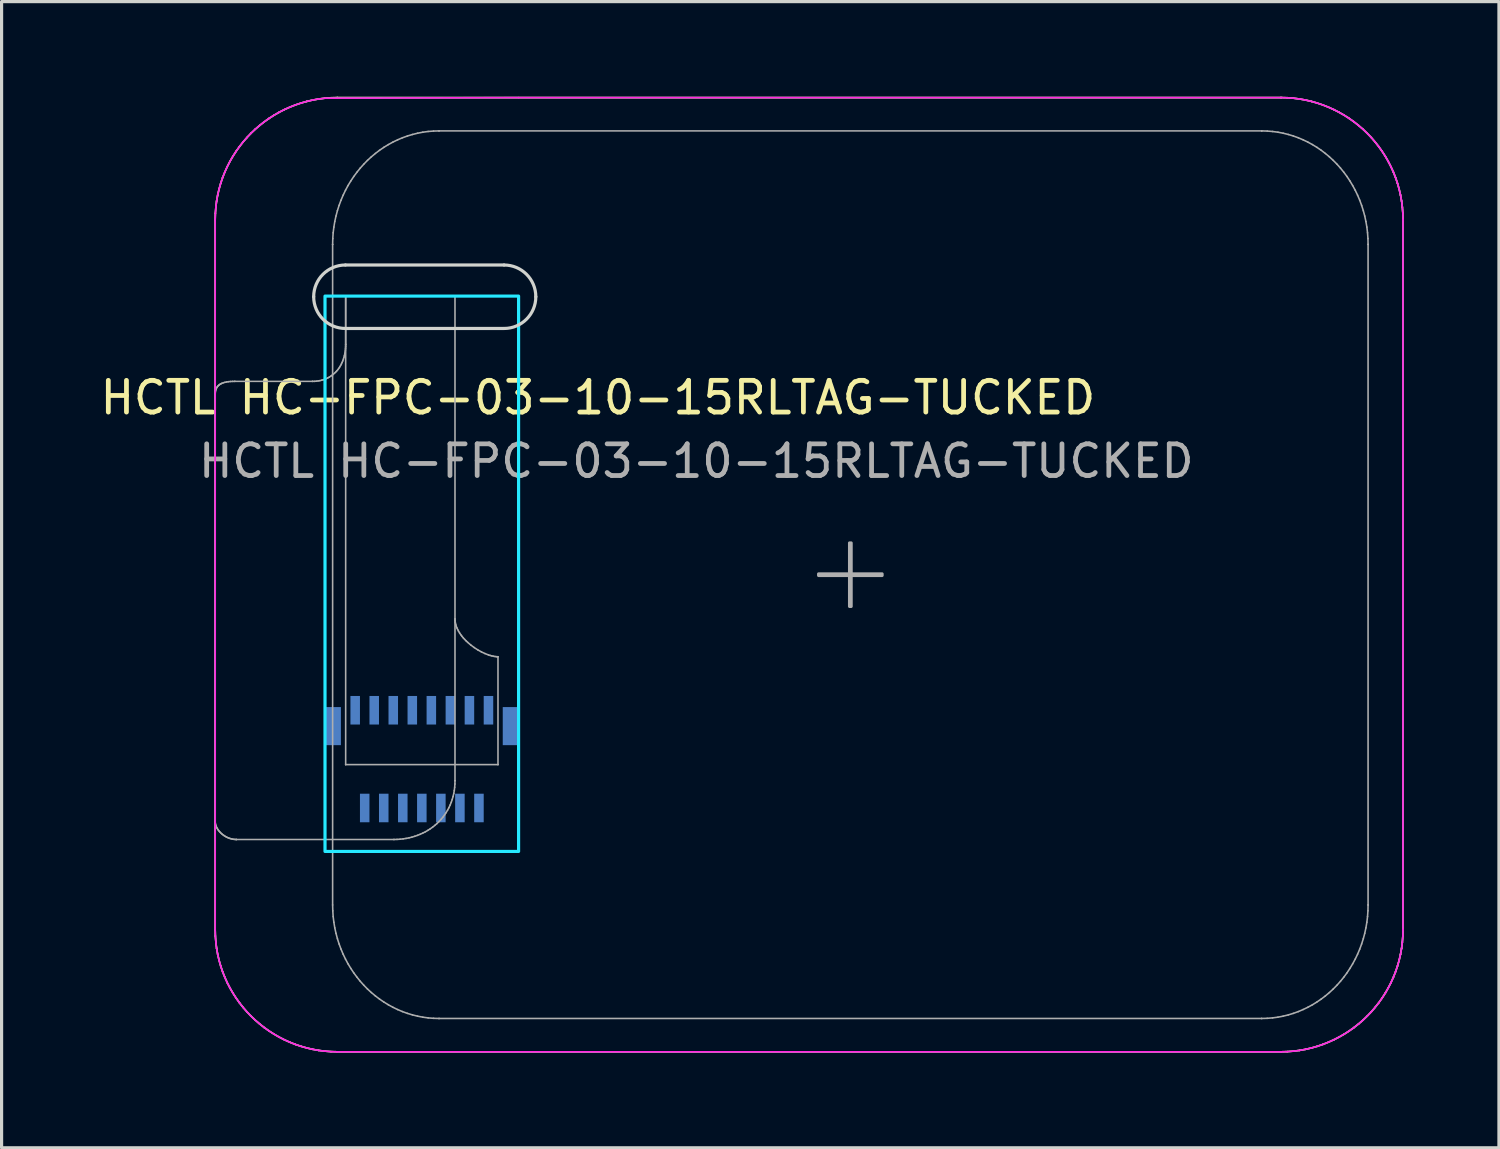
<source format=kicad_pcb>
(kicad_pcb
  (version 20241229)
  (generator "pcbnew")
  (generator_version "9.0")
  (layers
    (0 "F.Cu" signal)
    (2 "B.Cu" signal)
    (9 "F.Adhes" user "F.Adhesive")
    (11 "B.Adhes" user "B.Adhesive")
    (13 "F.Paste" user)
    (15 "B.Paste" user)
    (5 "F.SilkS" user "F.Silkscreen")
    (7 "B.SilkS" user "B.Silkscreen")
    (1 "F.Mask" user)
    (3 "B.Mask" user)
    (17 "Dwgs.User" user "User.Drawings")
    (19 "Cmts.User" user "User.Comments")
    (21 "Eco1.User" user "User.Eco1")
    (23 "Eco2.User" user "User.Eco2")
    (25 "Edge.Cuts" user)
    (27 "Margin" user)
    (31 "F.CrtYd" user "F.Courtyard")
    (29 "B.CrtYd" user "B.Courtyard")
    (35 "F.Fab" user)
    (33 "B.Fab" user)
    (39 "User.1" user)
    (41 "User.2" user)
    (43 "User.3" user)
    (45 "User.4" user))
  (footprint "HCTL HC-FPC-03-10-15RLTAG-TUCKED"
    (layer "F.Cu")
    (at 22.447 15.06)
    (property "Reference" "HCTL HC-FPC-03-10-15RLTAG-TUCKED" (at -6.655 -5.579 0) (unlocked yes) (layer "F.SilkS") (effects (font (size 1 1) (thickness 0.15))))
    (attr smd)
    (fp_line (start -18.715 -11.189) (end -18.715 -11.189) (stroke (width 0.05) (type solid)) (layer "F.SilkS"))
    (fp_line (start -18.715 -11.189) (end -18.715 11.189) (stroke (width 0.05) (type solid)) (layer "F.SilkS"))
    (fp_line (start -18.715 11.189) (end -18.71 11.387) (stroke (width 0.05) (type solid)) (layer "F.SilkS"))
    (fp_line (start -18.71 11.387) (end -18.695 11.583) (stroke (width 0.05) (type solid)) (layer "F.SilkS"))
    (fp_line (start -18.71 -11.387) (end -18.715 -11.189) (stroke (width 0.05) (type solid)) (layer "F.SilkS"))
    (fp_line (start -18.695 11.583) (end -18.671 11.775) (stroke (width 0.05) (type solid)) (layer "F.SilkS"))
    (fp_line (start -18.695 -11.583) (end -18.71 -11.387) (stroke (width 0.05) (type solid)) (layer "F.SilkS"))
    (fp_line (start -18.671 11.775) (end -18.637 11.965) (stroke (width 0.05) (type solid)) (layer "F.SilkS"))
    (fp_line (start -18.671 -11.775) (end -18.695 -11.583) (stroke (width 0.05) (type solid)) (layer "F.SilkS"))
    (fp_line (start -18.637 11.965) (end -18.594 12.151) (stroke (width 0.05) (type solid)) (layer "F.SilkS"))
    (fp_line (start -18.637 -11.965) (end -18.671 -11.775) (stroke (width 0.05) (type solid)) (layer "F.SilkS"))
    (fp_line (start -18.594 12.151) (end -18.542 12.333) (stroke (width 0.05) (type solid)) (layer "F.SilkS"))
    (fp_line (start -18.594 -12.151) (end -18.637 -11.965) (stroke (width 0.05) (type solid)) (layer "F.SilkS"))
    (fp_line (start -18.542 12.333) (end -18.482 12.512) (stroke (width 0.05) (type solid)) (layer "F.SilkS"))
    (fp_line (start -18.542 -12.333) (end -18.594 -12.151) (stroke (width 0.05) (type solid)) (layer "F.SilkS"))
    (fp_line (start -18.482 12.512) (end -18.413 12.686) (stroke (width 0.05) (type solid)) (layer "F.SilkS"))
    (fp_line (start -18.482 -12.512) (end -18.542 -12.333) (stroke (width 0.05) (type solid)) (layer "F.SilkS"))
    (fp_line (start -18.413 12.686) (end -18.336 12.857) (stroke (width 0.05) (type solid)) (layer "F.SilkS"))
    (fp_line (start -18.413 -12.686) (end -18.482 -12.512) (stroke (width 0.05) (type solid)) (layer "F.SilkS"))
    (fp_line (start -18.336 12.857) (end -18.251 13.023) (stroke (width 0.05) (type solid)) (layer "F.SilkS"))
    (fp_line (start -18.336 -12.857) (end -18.413 -12.686) (stroke (width 0.05) (type solid)) (layer "F.SilkS"))
    (fp_line (start -18.251 13.023) (end -18.158 13.184) (stroke (width 0.05) (type solid)) (layer "F.SilkS"))
    (fp_line (start -18.251 -13.023) (end -18.336 -12.857) (stroke (width 0.05) (type solid)) (layer "F.SilkS"))
    (fp_line (start -18.158 13.184) (end -18.058 13.34) (stroke (width 0.05) (type solid)) (layer "F.SilkS"))
    (fp_line (start -18.158 -13.184) (end -18.251 -13.023) (stroke (width 0.05) (type solid)) (layer "F.SilkS"))
    (fp_line (start -18.058 13.34) (end -17.951 13.49) (stroke (width 0.05) (type solid)) (layer "F.SilkS"))
    (fp_line (start -18.058 -13.34) (end -18.158 -13.184) (stroke (width 0.05) (type solid)) (layer "F.SilkS"))
    (fp_line (start -17.951 13.49) (end -17.837 13.636) (stroke (width 0.05) (type solid)) (layer "F.SilkS"))
    (fp_line (start -17.951 -13.49) (end -18.058 -13.34) (stroke (width 0.05) (type solid)) (layer "F.SilkS"))
    (fp_line (start -17.837 13.636) (end -17.716 13.775) (stroke (width 0.05) (type solid)) (layer "F.SilkS"))
    (fp_line (start -17.837 -13.636) (end -17.951 -13.49) (stroke (width 0.05) (type solid)) (layer "F.SilkS"))
    (fp_line (start -17.716 13.775) (end -17.589 13.909) (stroke (width 0.05) (type solid)) (layer "F.SilkS"))
    (fp_line (start -17.716 -13.775) (end -17.837 -13.636) (stroke (width 0.05) (type solid)) (layer "F.SilkS"))
    (fp_line (start -17.589 13.909) (end -17.455 14.036) (stroke (width 0.05) (type solid)) (layer "F.SilkS"))
    (fp_line (start -17.589 -13.909) (end -17.716 -13.775) (stroke (width 0.05) (type solid)) (layer "F.SilkS"))
    (fp_line (start -17.455 14.036) (end -17.315 14.157) (stroke (width 0.05) (type solid)) (layer "F.SilkS"))
    (fp_line (start -17.455 -14.036) (end -17.589 -13.909) (stroke (width 0.05) (type solid)) (layer "F.SilkS"))
    (fp_line (start -17.315 14.157) (end -17.17 14.271) (stroke (width 0.05) (type solid)) (layer "F.SilkS"))
    (fp_line (start -17.315 -14.157) (end -17.455 -14.036) (stroke (width 0.05) (type solid)) (layer "F.SilkS"))
    (fp_line (start -17.17 14.271) (end -17.019 14.378) (stroke (width 0.05) (type solid)) (layer "F.SilkS"))
    (fp_line (start -17.17 -14.271) (end -17.315 -14.157) (stroke (width 0.05) (type solid)) (layer "F.SilkS"))
    (fp_line (start -17.019 14.378) (end -16.863 14.478) (stroke (width 0.05) (type solid)) (layer "F.SilkS"))
    (fp_line (start -17.019 -14.378) (end -17.17 -14.271) (stroke (width 0.05) (type solid)) (layer "F.SilkS"))
    (fp_line (start -16.863 14.478) (end -16.702 14.571) (stroke (width 0.05) (type solid)) (layer "F.SilkS"))
    (fp_line (start -16.863 -14.478) (end -17.019 -14.378) (stroke (width 0.05) (type solid)) (layer "F.SilkS"))
    (fp_line (start -16.702 14.571) (end -16.536 14.656) (stroke (width 0.05) (type solid)) (layer "F.SilkS"))
    (fp_line (start -16.702 -14.571) (end -16.863 -14.478) (stroke (width 0.05) (type solid)) (layer "F.SilkS"))
    (fp_line (start -16.536 14.656) (end -16.366 14.733) (stroke (width 0.05) (type solid)) (layer "F.SilkS"))
    (fp_line (start -16.536 -14.656) (end -16.702 -14.571) (stroke (width 0.05) (type solid)) (layer "F.SilkS"))
    (fp_line (start -16.366 14.733) (end -16.191 14.802) (stroke (width 0.05) (type solid)) (layer "F.SilkS"))
    (fp_line (start -16.366 -14.733) (end -16.536 -14.656) (stroke (width 0.05) (type solid)) (layer "F.SilkS"))
    (fp_line (start -16.191 14.802) (end -16.013 14.862) (stroke (width 0.05) (type solid)) (layer "F.SilkS"))
    (fp_line (start -16.191 -14.802) (end -16.366 -14.733) (stroke (width 0.05) (type solid)) (layer "F.SilkS"))
    (fp_line (start -16.013 -14.862) (end -16.191 -14.802) (stroke (width 0.05) (type solid)) (layer "F.SilkS"))
    (fp_line (start -16.013 14.862) (end -15.83 14.914) (stroke (width 0.05) (type solid)) (layer "F.SilkS"))
    (fp_line (start -15.83 14.914) (end -15.644 14.957) (stroke (width 0.05) (type solid)) (layer "F.SilkS"))
    (fp_line (start -15.83 -14.914) (end -16.013 -14.862) (stroke (width 0.05) (type solid)) (layer "F.SilkS"))
    (fp_line (start -15.644 14.957) (end -15.455 14.991) (stroke (width 0.05) (type solid)) (layer "F.SilkS"))
    (fp_line (start -15.644 -14.957) (end -15.83 -14.914) (stroke (width 0.05) (type solid)) (layer "F.SilkS"))
    (fp_line (start -15.455 -14.991) (end -15.644 -14.957) (stroke (width 0.05) (type solid)) (layer "F.SilkS"))
    (fp_line (start -15.455 14.991) (end -15.262 15.015) (stroke (width 0.05) (type solid)) (layer "F.SilkS"))
    (fp_line (start -15.262 -15.015) (end -15.455 -14.991) (stroke (width 0.05) (type solid)) (layer "F.SilkS"))
    (fp_line (start -15.262 15.015) (end -15.067 15.03) (stroke (width 0.05) (type solid)) (layer "F.SilkS"))
    (fp_line (start -15.067 -15.03) (end -15.262 -15.015) (stroke (width 0.05) (type solid)) (layer "F.SilkS"))
    (fp_line (start -15.067 15.03) (end -14.869 15.035) (stroke (width 0.05) (type solid)) (layer "F.SilkS"))
    (fp_line (start -14.869 -15.035) (end -15.067 -15.03) (stroke (width 0.05) (type solid)) (layer "F.SilkS"))
    (fp_line (start -14.869 -15.035) (end -14.869 -15.035) (stroke (width 0.05) (type solid)) (layer "F.SilkS"))
    (fp_line (start -14.869 15.035) (end -14.869 15.035) (stroke (width 0.05) (type solid)) (layer "F.SilkS"))
    (fp_line (start -14.869 15.035) (end 14.871 15.035) (stroke (width 0.05) (type solid)) (layer "F.SilkS"))
    (fp_line (start 14.871 -15.035) (end -14.869 -15.035) (stroke (width 0.05) (type solid)) (layer "F.SilkS"))
    (fp_line (start 14.871 -15.035) (end 14.871 -15.035) (stroke (width 0.05) (type solid)) (layer "F.SilkS"))
    (fp_line (start 14.871 15.035) (end 14.871 15.035) (stroke (width 0.05) (type solid)) (layer "F.SilkS"))
    (fp_line (start 14.871 15.035) (end 15.069 15.03) (stroke (width 0.05) (type solid)) (layer "F.SilkS"))
    (fp_line (start 15.069 -15.03) (end 14.871 -15.035) (stroke (width 0.05) (type solid)) (layer "F.SilkS"))
    (fp_line (start 15.069 15.03) (end 15.264 15.015) (stroke (width 0.05) (type solid)) (layer "F.SilkS"))
    (fp_line (start 15.264 -15.015) (end 15.069 -15.03) (stroke (width 0.05) (type solid)) (layer "F.SilkS"))
    (fp_line (start 15.264 15.015) (end 15.457 14.991) (stroke (width 0.05) (type solid)) (layer "F.SilkS"))
    (fp_line (start 15.457 -14.991) (end 15.264 -15.015) (stroke (width 0.05) (type solid)) (layer "F.SilkS"))
    (fp_line (start 15.457 14.991) (end 15.646 14.957) (stroke (width 0.05) (type solid)) (layer "F.SilkS"))
    (fp_line (start 15.646 -14.957) (end 15.457 -14.991) (stroke (width 0.05) (type solid)) (layer "F.SilkS"))
    (fp_line (start 15.646 14.957) (end 15.832 14.914) (stroke (width 0.05) (type solid)) (layer "F.SilkS"))
    (fp_line (start 15.832 -14.914) (end 15.646 -14.957) (stroke (width 0.05) (type solid)) (layer "F.SilkS"))
    (fp_line (start 15.832 14.914) (end 16.014 14.862) (stroke (width 0.05) (type solid)) (layer "F.SilkS"))
    (fp_line (start 16.014 -14.862) (end 15.832 -14.914) (stroke (width 0.05) (type solid)) (layer "F.SilkS"))
    (fp_line (start 16.014 14.862) (end 16.193 14.801) (stroke (width 0.05) (type solid)) (layer "F.SilkS"))
    (fp_line (start 16.193 -14.801) (end 16.014 -14.862) (stroke (width 0.05) (type solid)) (layer "F.SilkS"))
    (fp_line (start 16.193 14.801) (end 16.367 14.732) (stroke (width 0.05) (type solid)) (layer "F.SilkS"))
    (fp_line (start 16.367 -14.732) (end 16.193 -14.801) (stroke (width 0.05) (type solid)) (layer "F.SilkS"))
    (fp_line (start 16.367 14.732) (end 16.538 14.655) (stroke (width 0.05) (type solid)) (layer "F.SilkS"))
    (fp_line (start 16.538 -14.655) (end 16.367 -14.732) (stroke (width 0.05) (type solid)) (layer "F.SilkS"))
    (fp_line (start 16.538 14.655) (end 16.703 14.57) (stroke (width 0.05) (type solid)) (layer "F.SilkS"))
    (fp_line (start 16.703 -14.57) (end 16.538 -14.655) (stroke (width 0.05) (type solid)) (layer "F.SilkS"))
    (fp_line (start 16.703 14.57) (end 16.864 14.478) (stroke (width 0.05) (type solid)) (layer "F.SilkS"))
    (fp_line (start 16.864 -14.478) (end 16.703 -14.57) (stroke (width 0.05) (type solid)) (layer "F.SilkS"))
    (fp_line (start 16.864 14.478) (end 17.02 14.378) (stroke (width 0.05) (type solid)) (layer "F.SilkS"))
    (fp_line (start 17.02 -14.378) (end 16.864 -14.478) (stroke (width 0.05) (type solid)) (layer "F.SilkS"))
    (fp_line (start 17.02 14.378) (end 17.171 14.271) (stroke (width 0.05) (type solid)) (layer "F.SilkS"))
    (fp_line (start 17.171 -14.271) (end 17.02 -14.378) (stroke (width 0.05) (type solid)) (layer "F.SilkS"))
    (fp_line (start 17.171 14.271) (end 17.316 14.156) (stroke (width 0.05) (type solid)) (layer "F.SilkS"))
    (fp_line (start 17.316 -14.156) (end 17.171 -14.271) (stroke (width 0.05) (type solid)) (layer "F.SilkS"))
    (fp_line (start 17.316 14.156) (end 17.456 14.036) (stroke (width 0.05) (type solid)) (layer "F.SilkS"))
    (fp_line (start 17.456 -14.036) (end 17.316 -14.156) (stroke (width 0.05) (type solid)) (layer "F.SilkS"))
    (fp_line (start 17.456 14.036) (end 17.589 13.908) (stroke (width 0.05) (type solid)) (layer "F.SilkS"))
    (fp_line (start 17.589 -13.908) (end 17.456 -14.036) (stroke (width 0.05) (type solid)) (layer "F.SilkS"))
    (fp_line (start 17.589 13.908) (end 17.717 13.775) (stroke (width 0.05) (type solid)) (layer "F.SilkS"))
    (fp_line (start 17.717 -13.775) (end 17.589 -13.908) (stroke (width 0.05) (type solid)) (layer "F.SilkS"))
    (fp_line (start 17.717 13.775) (end 17.837 13.635) (stroke (width 0.05) (type solid)) (layer "F.SilkS"))
    (fp_line (start 17.837 -13.635) (end 17.717 -13.775) (stroke (width 0.05) (type solid)) (layer "F.SilkS"))
    (fp_line (start 17.837 13.635) (end 17.951 13.49) (stroke (width 0.05) (type solid)) (layer "F.SilkS"))
    (fp_line (start 17.951 -13.49) (end 17.837 -13.635) (stroke (width 0.05) (type solid)) (layer "F.SilkS"))
    (fp_line (start 17.951 13.49) (end 18.059 13.339) (stroke (width 0.05) (type solid)) (layer "F.SilkS"))
    (fp_line (start 18.059 -13.339) (end 17.951 -13.49) (stroke (width 0.05) (type solid)) (layer "F.SilkS"))
    (fp_line (start 18.059 13.339) (end 18.159 13.183) (stroke (width 0.05) (type solid)) (layer "F.SilkS"))
    (fp_line (start 18.159 -13.183) (end 18.059 -13.339) (stroke (width 0.05) (type solid)) (layer "F.SilkS"))
    (fp_line (start 18.159 13.183) (end 18.251 13.022) (stroke (width 0.05) (type solid)) (layer "F.SilkS"))
    (fp_line (start 18.251 -13.022) (end 18.159 -13.183) (stroke (width 0.05) (type solid)) (layer "F.SilkS"))
    (fp_line (start 18.251 13.022) (end 18.336 12.856) (stroke (width 0.05) (type solid)) (layer "F.SilkS"))
    (fp_line (start 18.336 -12.856) (end 18.251 -13.022) (stroke (width 0.05) (type solid)) (layer "F.SilkS"))
    (fp_line (start 18.336 12.856) (end 18.413 12.686) (stroke (width 0.05) (type solid)) (layer "F.SilkS"))
    (fp_line (start 18.413 -12.686) (end 18.336 -12.856) (stroke (width 0.05) (type solid)) (layer "F.SilkS"))
    (fp_line (start 18.413 12.686) (end 18.482 12.511) (stroke (width 0.05) (type solid)) (layer "F.SilkS"))
    (fp_line (start 18.482 -12.511) (end 18.413 -12.686) (stroke (width 0.05) (type solid)) (layer "F.SilkS"))
    (fp_line (start 18.482 12.511) (end 18.542 12.333) (stroke (width 0.05) (type solid)) (layer "F.SilkS"))
    (fp_line (start 18.542 -12.333) (end 18.482 -12.511) (stroke (width 0.05) (type solid)) (layer "F.SilkS"))
    (fp_line (start 18.542 12.333) (end 18.594 12.15) (stroke (width 0.05) (type solid)) (layer "F.SilkS"))
    (fp_line (start 18.594 -12.15) (end 18.542 -12.333) (stroke (width 0.05) (type solid)) (layer "F.SilkS"))
    (fp_line (start 18.594 12.15) (end 18.637 11.964) (stroke (width 0.05) (type solid)) (layer "F.SilkS"))
    (fp_line (start 18.637 -11.964) (end 18.594 -12.15) (stroke (width 0.05) (type solid)) (layer "F.SilkS"))
    (fp_line (start 18.637 11.964) (end 18.671 11.775) (stroke (width 0.05) (type solid)) (layer "F.SilkS"))
    (fp_line (start 18.671 -11.775) (end 18.637 -11.964) (stroke (width 0.05) (type solid)) (layer "F.SilkS"))
    (fp_line (start 18.671 11.775) (end 18.695 11.583) (stroke (width 0.05) (type solid)) (layer "F.SilkS"))
    (fp_line (start 18.695 -11.583) (end 18.671 -11.775) (stroke (width 0.05) (type solid)) (layer "F.SilkS"))
    (fp_line (start 18.695 11.583) (end 18.71 11.387) (stroke (width 0.05) (type solid)) (layer "F.SilkS"))
    (fp_line (start 18.71 -11.387) (end 18.695 -11.583) (stroke (width 0.05) (type solid)) (layer "F.SilkS"))
    (fp_line (start 18.71 11.387) (end 18.715 11.189) (stroke (width 0.05) (type solid)) (layer "F.SilkS"))
    (fp_line (start 18.715 -11.189) (end 18.71 -11.387) (stroke (width 0.05) (type solid)) (layer "F.SilkS"))
    (fp_line (start 18.715 -11.189) (end 18.715 -11.189) (stroke (width 0.05) (type solid)) (layer "F.SilkS"))
    (fp_line (start 18.715 11.189) (end 18.715 -11.189) (stroke (width 0.05) (type solid)) (layer "F.SilkS"))
    (fp_line (start 18.715 11.189) (end 18.715 11.189) (stroke (width 0.05) (type solid)) (layer "F.SilkS"))
    (fp_line (start -14.612 -9.759) (end -9.612 -9.759) (stroke (width 0.1) (type default)) (layer "Edge.Cuts"))
    (fp_line (start -9.612 -7.759) (end -14.612 -7.759) (stroke (width 0.1) (type default)) (layer "Edge.Cuts"))
    (fp_arc (start -15.61195 -8.759033) (mid -15.319057 -9.46614) (end -14.61195 -9.759033) (stroke (width 0.1) (type default)) (layer "Edge.Cuts"))
    (fp_arc (start -14.61195 -7.759033) (mid -15.319057 -8.051926) (end -15.61195 -8.759033) (stroke (width 0.1) (type default)) (layer "Edge.Cuts"))
    (fp_arc (start -9.61195 -9.759033) (mid -8.904843 -9.46614) (end -8.61195 -8.759033) (stroke (width 0.1) (type default)) (layer "Edge.Cuts"))
    (fp_arc (start -8.61195 -8.759033) (mid -8.904843 -8.051926) (end -9.61195 -7.759033) (stroke (width 0.1) (type default)) (layer "Edge.Cuts"))
    (fp_poly (pts (xy -15.255 8.721) (xy -15.255 -8.779) (xy -9.155 -8.779) (xy -9.155 8.721)) (stroke (width 0.1) (type solid)) (fill no) (layer "B.CrtYd"))
    (fp_line (start -18.715 -11.189) (end -18.715 -11.189) (stroke (width 0.05) (type solid)) (layer "F.CrtYd"))
    (fp_line (start -18.715 -11.189) (end -18.715 11.189) (stroke (width 0.05) (type solid)) (layer "F.CrtYd"))
    (fp_line (start -18.715 11.189) (end -18.71 11.387) (stroke (width 0.05) (type solid)) (layer "F.CrtYd"))
    (fp_line (start -18.71 11.387) (end -18.695 11.583) (stroke (width 0.05) (type solid)) (layer "F.CrtYd"))
    (fp_line (start -18.71 -11.387) (end -18.715 -11.189) (stroke (width 0.05) (type solid)) (layer "F.CrtYd"))
    (fp_line (start -18.695 11.583) (end -18.671 11.775) (stroke (width 0.05) (type solid)) (layer "F.CrtYd"))
    (fp_line (start -18.695 -11.583) (end -18.71 -11.387) (stroke (width 0.05) (type solid)) (layer "F.CrtYd"))
    (fp_line (start -18.671 11.775) (end -18.637 11.965) (stroke (width 0.05) (type solid)) (layer "F.CrtYd"))
    (fp_line (start -18.671 -11.775) (end -18.695 -11.583) (stroke (width 0.05) (type solid)) (layer "F.CrtYd"))
    (fp_line (start -18.637 11.965) (end -18.594 12.151) (stroke (width 0.05) (type solid)) (layer "F.CrtYd"))
    (fp_line (start -18.637 -11.965) (end -18.671 -11.775) (stroke (width 0.05) (type solid)) (layer "F.CrtYd"))
    (fp_line (start -18.594 12.151) (end -18.542 12.333) (stroke (width 0.05) (type solid)) (layer "F.CrtYd"))
    (fp_line (start -18.594 -12.151) (end -18.637 -11.965) (stroke (width 0.05) (type solid)) (layer "F.CrtYd"))
    (fp_line (start -18.542 12.333) (end -18.482 12.512) (stroke (width 0.05) (type solid)) (layer "F.CrtYd"))
    (fp_line (start -18.542 -12.333) (end -18.594 -12.151) (stroke (width 0.05) (type solid)) (layer "F.CrtYd"))
    (fp_line (start -18.482 12.512) (end -18.413 12.686) (stroke (width 0.05) (type solid)) (layer "F.CrtYd"))
    (fp_line (start -18.482 -12.512) (end -18.542 -12.333) (stroke (width 0.05) (type solid)) (layer "F.CrtYd"))
    (fp_line (start -18.413 12.686) (end -18.336 12.857) (stroke (width 0.05) (type solid)) (layer "F.CrtYd"))
    (fp_line (start -18.413 -12.686) (end -18.482 -12.512) (stroke (width 0.05) (type solid)) (layer "F.CrtYd"))
    (fp_line (start -18.336 12.857) (end -18.251 13.023) (stroke (width 0.05) (type solid)) (layer "F.CrtYd"))
    (fp_line (start -18.336 -12.857) (end -18.413 -12.686) (stroke (width 0.05) (type solid)) (layer "F.CrtYd"))
    (fp_line (start -18.251 13.023) (end -18.158 13.184) (stroke (width 0.05) (type solid)) (layer "F.CrtYd"))
    (fp_line (start -18.251 -13.023) (end -18.336 -12.857) (stroke (width 0.05) (type solid)) (layer "F.CrtYd"))
    (fp_line (start -18.158 13.184) (end -18.058 13.34) (stroke (width 0.05) (type solid)) (layer "F.CrtYd"))
    (fp_line (start -18.158 -13.184) (end -18.251 -13.023) (stroke (width 0.05) (type solid)) (layer "F.CrtYd"))
    (fp_line (start -18.058 13.34) (end -17.951 13.49) (stroke (width 0.05) (type solid)) (layer "F.CrtYd"))
    (fp_line (start -18.058 -13.34) (end -18.158 -13.184) (stroke (width 0.05) (type solid)) (layer "F.CrtYd"))
    (fp_line (start -17.951 13.49) (end -17.837 13.636) (stroke (width 0.05) (type solid)) (layer "F.CrtYd"))
    (fp_line (start -17.951 -13.49) (end -18.058 -13.34) (stroke (width 0.05) (type solid)) (layer "F.CrtYd"))
    (fp_line (start -17.837 13.636) (end -17.716 13.775) (stroke (width 0.05) (type solid)) (layer "F.CrtYd"))
    (fp_line (start -17.837 -13.636) (end -17.951 -13.49) (stroke (width 0.05) (type solid)) (layer "F.CrtYd"))
    (fp_line (start -17.716 13.775) (end -17.589 13.909) (stroke (width 0.05) (type solid)) (layer "F.CrtYd"))
    (fp_line (start -17.716 -13.775) (end -17.837 -13.636) (stroke (width 0.05) (type solid)) (layer "F.CrtYd"))
    (fp_line (start -17.589 13.909) (end -17.455 14.036) (stroke (width 0.05) (type solid)) (layer "F.CrtYd"))
    (fp_line (start -17.589 -13.909) (end -17.716 -13.775) (stroke (width 0.05) (type solid)) (layer "F.CrtYd"))
    (fp_line (start -17.455 14.036) (end -17.315 14.157) (stroke (width 0.05) (type solid)) (layer "F.CrtYd"))
    (fp_line (start -17.455 -14.036) (end -17.589 -13.909) (stroke (width 0.05) (type solid)) (layer "F.CrtYd"))
    (fp_line (start -17.315 14.157) (end -17.17 14.271) (stroke (width 0.05) (type solid)) (layer "F.CrtYd"))
    (fp_line (start -17.315 -14.157) (end -17.455 -14.036) (stroke (width 0.05) (type solid)) (layer "F.CrtYd"))
    (fp_line (start -17.17 14.271) (end -17.019 14.378) (stroke (width 0.05) (type solid)) (layer "F.CrtYd"))
    (fp_line (start -17.17 -14.271) (end -17.315 -14.157) (stroke (width 0.05) (type solid)) (layer "F.CrtYd"))
    (fp_line (start -17.019 14.378) (end -16.863 14.478) (stroke (width 0.05) (type solid)) (layer "F.CrtYd"))
    (fp_line (start -17.019 -14.378) (end -17.17 -14.271) (stroke (width 0.05) (type solid)) (layer "F.CrtYd"))
    (fp_line (start -16.863 14.478) (end -16.702 14.571) (stroke (width 0.05) (type solid)) (layer "F.CrtYd"))
    (fp_line (start -16.863 -14.478) (end -17.019 -14.378) (stroke (width 0.05) (type solid)) (layer "F.CrtYd"))
    (fp_line (start -16.702 14.571) (end -16.536 14.656) (stroke (width 0.05) (type solid)) (layer "F.CrtYd"))
    (fp_line (start -16.702 -14.571) (end -16.863 -14.478) (stroke (width 0.05) (type solid)) (layer "F.CrtYd"))
    (fp_line (start -16.536 14.656) (end -16.366 14.733) (stroke (width 0.05) (type solid)) (layer "F.CrtYd"))
    (fp_line (start -16.536 -14.656) (end -16.702 -14.571) (stroke (width 0.05) (type solid)) (layer "F.CrtYd"))
    (fp_line (start -16.366 14.733) (end -16.191 14.802) (stroke (width 0.05) (type solid)) (layer "F.CrtYd"))
    (fp_line (start -16.366 -14.733) (end -16.536 -14.656) (stroke (width 0.05) (type solid)) (layer "F.CrtYd"))
    (fp_line (start -16.191 14.802) (end -16.013 14.862) (stroke (width 0.05) (type solid)) (layer "F.CrtYd"))
    (fp_line (start -16.191 -14.802) (end -16.366 -14.733) (stroke (width 0.05) (type solid)) (layer "F.CrtYd"))
    (fp_line (start -16.013 -14.862) (end -16.191 -14.802) (stroke (width 0.05) (type solid)) (layer "F.CrtYd"))
    (fp_line (start -16.013 14.862) (end -15.83 14.914) (stroke (width 0.05) (type solid)) (layer "F.CrtYd"))
    (fp_line (start -15.83 14.914) (end -15.644 14.957) (stroke (width 0.05) (type solid)) (layer "F.CrtYd"))
    (fp_line (start -15.83 -14.914) (end -16.013 -14.862) (stroke (width 0.05) (type solid)) (layer "F.CrtYd"))
    (fp_line (start -15.644 14.957) (end -15.455 14.991) (stroke (width 0.05) (type solid)) (layer "F.CrtYd"))
    (fp_line (start -15.644 -14.957) (end -15.83 -14.914) (stroke (width 0.05) (type solid)) (layer "F.CrtYd"))
    (fp_line (start -15.455 -14.991) (end -15.644 -14.957) (stroke (width 0.05) (type solid)) (layer "F.CrtYd"))
    (fp_line (start -15.455 14.991) (end -15.262 15.015) (stroke (width 0.05) (type solid)) (layer "F.CrtYd"))
    (fp_line (start -15.262 15.015) (end -15.067 15.03) (stroke (width 0.05) (type solid)) (layer "F.CrtYd"))
    (fp_line (start -15.255 -15.015) (end -15.455 -14.991) (stroke (width 0.05) (type solid)) (layer "F.CrtYd"))
    (fp_line (start -15.255 -15.015) (end -9.155 -15.035) (stroke (width 0.05) (type default)) (layer "F.CrtYd"))
    (fp_line (start -15.067 15.03) (end -14.869 15.035) (stroke (width 0.05) (type solid)) (layer "F.CrtYd"))
    (fp_line (start -14.869 15.035) (end -14.869 15.035) (stroke (width 0.05) (type solid)) (layer "F.CrtYd"))
    (fp_line (start -14.869 15.035) (end 14.871 15.035) (stroke (width 0.05) (type solid)) (layer "F.CrtYd"))
    (fp_line (start 14.871 -15.035) (end -9.155 -15.035) (stroke (width 0.05) (type solid)) (layer "F.CrtYd"))
    (fp_line (start 14.871 -15.035) (end 14.871 -15.035) (stroke (width 0.05) (type solid)) (layer "F.CrtYd"))
    (fp_line (start 14.871 15.035) (end 14.871 15.035) (stroke (width 0.05) (type solid)) (layer "F.CrtYd"))
    (fp_line (start 14.871 15.035) (end 15.069 15.03) (stroke (width 0.05) (type solid)) (layer "F.CrtYd"))
    (fp_line (start 15.069 -15.03) (end 14.871 -15.035) (stroke (width 0.05) (type solid)) (layer "F.CrtYd"))
    (fp_line (start 15.069 15.03) (end 15.264 15.015) (stroke (width 0.05) (type solid)) (layer "F.CrtYd"))
    (fp_line (start 15.264 -15.015) (end 15.069 -15.03) (stroke (width 0.05) (type solid)) (layer "F.CrtYd"))
    (fp_line (start 15.264 15.015) (end 15.457 14.991) (stroke (width 0.05) (type solid)) (layer "F.CrtYd"))
    (fp_line (start 15.457 -14.991) (end 15.264 -15.015) (stroke (width 0.05) (type solid)) (layer "F.CrtYd"))
    (fp_line (start 15.457 14.991) (end 15.646 14.957) (stroke (width 0.05) (type solid)) (layer "F.CrtYd"))
    (fp_line (start 15.646 -14.957) (end 15.457 -14.991) (stroke (width 0.05) (type solid)) (layer "F.CrtYd"))
    (fp_line (start 15.646 14.957) (end 15.832 14.914) (stroke (width 0.05) (type solid)) (layer "F.CrtYd"))
    (fp_line (start 15.832 -14.914) (end 15.646 -14.957) (stroke (width 0.05) (type solid)) (layer "F.CrtYd"))
    (fp_line (start 15.832 14.914) (end 16.014 14.862) (stroke (width 0.05) (type solid)) (layer "F.CrtYd"))
    (fp_line (start 16.014 -14.862) (end 15.832 -14.914) (stroke (width 0.05) (type solid)) (layer "F.CrtYd"))
    (fp_line (start 16.014 14.862) (end 16.193 14.801) (stroke (width 0.05) (type solid)) (layer "F.CrtYd"))
    (fp_line (start 16.193 -14.801) (end 16.014 -14.862) (stroke (width 0.05) (type solid)) (layer "F.CrtYd"))
    (fp_line (start 16.193 14.801) (end 16.367 14.732) (stroke (width 0.05) (type solid)) (layer "F.CrtYd"))
    (fp_line (start 16.367 -14.732) (end 16.193 -14.801) (stroke (width 0.05) (type solid)) (layer "F.CrtYd"))
    (fp_line (start 16.367 14.732) (end 16.538 14.655) (stroke (width 0.05) (type solid)) (layer "F.CrtYd"))
    (fp_line (start 16.538 -14.655) (end 16.367 -14.732) (stroke (width 0.05) (type solid)) (layer "F.CrtYd"))
    (fp_line (start 16.538 14.655) (end 16.703 14.57) (stroke (width 0.05) (type solid)) (layer "F.CrtYd"))
    (fp_line (start 16.703 -14.57) (end 16.538 -14.655) (stroke (width 0.05) (type solid)) (layer "F.CrtYd"))
    (fp_line (start 16.703 14.57) (end 16.864 14.478) (stroke (width 0.05) (type solid)) (layer "F.CrtYd"))
    (fp_line (start 16.864 -14.478) (end 16.703 -14.57) (stroke (width 0.05) (type solid)) (layer "F.CrtYd"))
    (fp_line (start 16.864 14.478) (end 17.02 14.378) (stroke (width 0.05) (type solid)) (layer "F.CrtYd"))
    (fp_line (start 17.02 -14.378) (end 16.864 -14.478) (stroke (width 0.05) (type solid)) (layer "F.CrtYd"))
    (fp_line (start 17.02 14.378) (end 17.171 14.271) (stroke (width 0.05) (type solid)) (layer "F.CrtYd"))
    (fp_line (start 17.171 -14.271) (end 17.02 -14.378) (stroke (width 0.05) (type solid)) (layer "F.CrtYd"))
    (fp_line (start 17.171 14.271) (end 17.316 14.156) (stroke (width 0.05) (type solid)) (layer "F.CrtYd"))
    (fp_line (start 17.316 -14.156) (end 17.171 -14.271) (stroke (width 0.05) (type solid)) (layer "F.CrtYd"))
    (fp_line (start 17.316 14.156) (end 17.456 14.036) (stroke (width 0.05) (type solid)) (layer "F.CrtYd"))
    (fp_line (start 17.456 -14.036) (end 17.316 -14.156) (stroke (width 0.05) (type solid)) (layer "F.CrtYd"))
    (fp_line (start 17.456 14.036) (end 17.589 13.908) (stroke (width 0.05) (type solid)) (layer "F.CrtYd"))
    (fp_line (start 17.589 -13.908) (end 17.456 -14.036) (stroke (width 0.05) (type solid)) (layer "F.CrtYd"))
    (fp_line (start 17.589 13.908) (end 17.717 13.775) (stroke (width 0.05) (type solid)) (layer "F.CrtYd"))
    (fp_line (start 17.717 -13.775) (end 17.589 -13.908) (stroke (width 0.05) (type solid)) (layer "F.CrtYd"))
    (fp_line (start 17.717 13.775) (end 17.837 13.635) (stroke (width 0.05) (type solid)) (layer "F.CrtYd"))
    (fp_line (start 17.837 -13.635) (end 17.717 -13.775) (stroke (width 0.05) (type solid)) (layer "F.CrtYd"))
    (fp_line (start 17.837 13.635) (end 17.951 13.49) (stroke (width 0.05) (type solid)) (layer "F.CrtYd"))
    (fp_line (start 17.951 -13.49) (end 17.837 -13.635) (stroke (width 0.05) (type solid)) (layer "F.CrtYd"))
    (fp_line (start 17.951 13.49) (end 18.059 13.339) (stroke (width 0.05) (type solid)) (layer "F.CrtYd"))
    (fp_line (start 18.059 -13.339) (end 17.951 -13.49) (stroke (width 0.05) (type solid)) (layer "F.CrtYd"))
    (fp_line (start 18.059 13.339) (end 18.159 13.183) (stroke (width 0.05) (type solid)) (layer "F.CrtYd"))
    (fp_line (start 18.159 -13.183) (end 18.059 -13.339) (stroke (width 0.05) (type solid)) (layer "F.CrtYd"))
    (fp_line (start 18.159 13.183) (end 18.251 13.022) (stroke (width 0.05) (type solid)) (layer "F.CrtYd"))
    (fp_line (start 18.251 -13.022) (end 18.159 -13.183) (stroke (width 0.05) (type solid)) (layer "F.CrtYd"))
    (fp_line (start 18.251 13.022) (end 18.336 12.856) (stroke (width 0.05) (type solid)) (layer "F.CrtYd"))
    (fp_line (start 18.336 -12.856) (end 18.251 -13.022) (stroke (width 0.05) (type solid)) (layer "F.CrtYd"))
    (fp_line (start 18.336 12.856) (end 18.413 12.686) (stroke (width 0.05) (type solid)) (layer "F.CrtYd"))
    (fp_line (start 18.413 -12.686) (end 18.336 -12.856) (stroke (width 0.05) (type solid)) (layer "F.CrtYd"))
    (fp_line (start 18.413 12.686) (end 18.482 12.511) (stroke (width 0.05) (type solid)) (layer "F.CrtYd"))
    (fp_line (start 18.482 -12.511) (end 18.413 -12.686) (stroke (width 0.05) (type solid)) (layer "F.CrtYd"))
    (fp_line (start 18.482 12.511) (end 18.542 12.333) (stroke (width 0.05) (type solid)) (layer "F.CrtYd"))
    (fp_line (start 18.542 -12.333) (end 18.482 -12.511) (stroke (width 0.05) (type solid)) (layer "F.CrtYd"))
    (fp_line (start 18.542 12.333) (end 18.594 12.15) (stroke (width 0.05) (type solid)) (layer "F.CrtYd"))
    (fp_line (start 18.594 -12.15) (end 18.542 -12.333) (stroke (width 0.05) (type solid)) (layer "F.CrtYd"))
    (fp_line (start 18.594 12.15) (end 18.637 11.964) (stroke (width 0.05) (type solid)) (layer "F.CrtYd"))
    (fp_line (start 18.637 -11.964) (end 18.594 -12.15) (stroke (width 0.05) (type solid)) (layer "F.CrtYd"))
    (fp_line (start 18.637 11.964) (end 18.671 11.775) (stroke (width 0.05) (type solid)) (layer "F.CrtYd"))
    (fp_line (start 18.671 -11.775) (end 18.637 -11.964) (stroke (width 0.05) (type solid)) (layer "F.CrtYd"))
    (fp_line (start 18.671 11.775) (end 18.695 11.583) (stroke (width 0.05) (type solid)) (layer "F.CrtYd"))
    (fp_line (start 18.695 -11.583) (end 18.671 -11.775) (stroke (width 0.05) (type solid)) (layer "F.CrtYd"))
    (fp_line (start 18.695 11.583) (end 18.71 11.387) (stroke (width 0.05) (type solid)) (layer "F.CrtYd"))
    (fp_line (start 18.71 -11.387) (end 18.695 -11.583) (stroke (width 0.05) (type solid)) (layer "F.CrtYd"))
    (fp_line (start 18.71 11.387) (end 18.715 11.189) (stroke (width 0.05) (type solid)) (layer "F.CrtYd"))
    (fp_line (start 18.715 -11.189) (end 18.71 -11.387) (stroke (width 0.05) (type solid)) (layer "F.CrtYd"))
    (fp_line (start 18.715 -11.189) (end 18.715 -11.189) (stroke (width 0.05) (type solid)) (layer "F.CrtYd"))
    (fp_line (start 18.715 11.189) (end 18.715 -11.189) (stroke (width 0.05) (type solid)) (layer "F.CrtYd"))
    (fp_line (start 18.715 11.189) (end 18.715 11.189) (stroke (width 0.05) (type solid)) (layer "F.CrtYd"))
    (fp_line (start -18.715 -11.189) (end -18.715 -11.189) (stroke (width 0.05) (type solid)) (layer "F.Fab"))
    (fp_line (start -18.715 -11.189) (end -18.715 11.189) (stroke (width 0.05) (type solid)) (layer "F.Fab"))
    (fp_line (start -18.715 -5.686) (end -18.715 -5.686) (stroke (width 0.05) (type solid)) (layer "F.Fab"))
    (fp_line (start -18.715 -5.686) (end -18.715 7.786) (stroke (width 0.05) (type solid)) (layer "F.Fab"))
    (fp_line (start -18.715 7.786) (end -18.715 7.786) (stroke (width 0.05) (type solid)) (layer "F.Fab"))
    (fp_line (start -18.715 7.786) (end -18.714 7.81) (stroke (width 0.05) (type solid)) (layer "F.Fab"))
    (fp_line (start -18.715 11.189) (end -18.71 11.387) (stroke (width 0.05) (type solid)) (layer "F.Fab"))
    (fp_line (start -18.714 -5.715) (end -18.715 -5.686) (stroke (width 0.05) (type solid)) (layer "F.Fab"))
    (fp_line (start -18.714 7.81) (end -18.711 7.834) (stroke (width 0.05) (type solid)) (layer "F.Fab"))
    (fp_line (start -18.712 -5.743) (end -18.714 -5.715) (stroke (width 0.05) (type solid)) (layer "F.Fab"))
    (fp_line (start -18.711 7.834) (end -18.707 7.858) (stroke (width 0.05) (type solid)) (layer "F.Fab"))
    (fp_line (start -18.71 11.387) (end -18.695 11.583) (stroke (width 0.05) (type solid)) (layer "F.Fab"))
    (fp_line (start -18.71 -11.387) (end -18.715 -11.189) (stroke (width 0.05) (type solid)) (layer "F.Fab"))
    (fp_line (start -18.709 -5.77) (end -18.712 -5.743) (stroke (width 0.05) (type solid)) (layer "F.Fab"))
    (fp_line (start -18.707 7.858) (end -18.701 7.882) (stroke (width 0.05) (type solid)) (layer "F.Fab"))
    (fp_line (start -18.704 -5.795) (end -18.709 -5.77) (stroke (width 0.05) (type solid)) (layer "F.Fab"))
    (fp_line (start -18.701 7.882) (end -18.693 7.906) (stroke (width 0.05) (type solid)) (layer "F.Fab"))
    (fp_line (start -18.698 -5.819) (end -18.704 -5.795) (stroke (width 0.05) (type solid)) (layer "F.Fab"))
    (fp_line (start -18.695 11.583) (end -18.671 11.775) (stroke (width 0.05) (type solid)) (layer "F.Fab"))
    (fp_line (start -18.695 -11.583) (end -18.71 -11.387) (stroke (width 0.05) (type solid)) (layer "F.Fab"))
    (fp_line (start -18.693 7.906) (end -18.684 7.931) (stroke (width 0.05) (type solid)) (layer "F.Fab"))
    (fp_line (start -18.69 -5.842) (end -18.698 -5.819) (stroke (width 0.05) (type solid)) (layer "F.Fab"))
    (fp_line (start -18.684 7.931) (end -18.674 7.955) (stroke (width 0.05) (type solid)) (layer "F.Fab"))
    (fp_line (start -18.682 -5.864) (end -18.69 -5.842) (stroke (width 0.05) (type solid)) (layer "F.Fab"))
    (fp_line (start -18.674 7.955) (end -18.661 7.979) (stroke (width 0.05) (type solid)) (layer "F.Fab"))
    (fp_line (start -18.672 -5.884) (end -18.682 -5.864) (stroke (width 0.05) (type solid)) (layer "F.Fab"))
    (fp_line (start -18.671 11.775) (end -18.637 11.965) (stroke (width 0.05) (type solid)) (layer "F.Fab"))
    (fp_line (start -18.671 -11.775) (end -18.695 -11.583) (stroke (width 0.05) (type solid)) (layer "F.Fab"))
    (fp_line (start -18.661 7.979) (end -18.648 8.003) (stroke (width 0.05) (type solid)) (layer "F.Fab"))
    (fp_line (start -18.66 -5.904) (end -18.672 -5.884) (stroke (width 0.05) (type solid)) (layer "F.Fab"))
    (fp_line (start -18.648 8.003) (end -18.633 8.027) (stroke (width 0.05) (type solid)) (layer "F.Fab"))
    (fp_line (start -18.648 -5.922) (end -18.66 -5.904) (stroke (width 0.05) (type solid)) (layer "F.Fab"))
    (fp_line (start -18.637 11.965) (end -18.594 12.151) (stroke (width 0.05) (type solid)) (layer "F.Fab"))
    (fp_line (start -18.637 -11.965) (end -18.671 -11.775) (stroke (width 0.05) (type solid)) (layer "F.Fab"))
    (fp_line (start -18.634 -5.939) (end -18.648 -5.922) (stroke (width 0.05) (type solid)) (layer "F.Fab"))
    (fp_line (start -18.633 8.027) (end -18.617 8.05) (stroke (width 0.05) (type solid)) (layer "F.Fab"))
    (fp_line (start -18.619 -5.955) (end -18.634 -5.939) (stroke (width 0.05) (type solid)) (layer "F.Fab"))
    (fp_line (start -18.617 8.05) (end -18.599 8.073) (stroke (width 0.05) (type solid)) (layer "F.Fab"))
    (fp_line (start -18.603 -5.97) (end -18.619 -5.955) (stroke (width 0.05) (type solid)) (layer "F.Fab"))
    (fp_line (start -18.599 8.073) (end -18.58 8.095) (stroke (width 0.05) (type solid)) (layer "F.Fab"))
    (fp_line (start -18.594 12.151) (end -18.542 12.333) (stroke (width 0.05) (type solid)) (layer "F.Fab"))
    (fp_line (start -18.594 -12.151) (end -18.637 -11.965) (stroke (width 0.05) (type solid)) (layer "F.Fab"))
    (fp_line (start -18.586 -5.984) (end -18.603 -5.97) (stroke (width 0.05) (type solid)) (layer "F.Fab"))
    (fp_line (start -18.58 8.095) (end -18.56 8.117) (stroke (width 0.05) (type solid)) (layer "F.Fab"))
    (fp_line (start -18.568 -5.997) (end -18.586 -5.984) (stroke (width 0.05) (type solid)) (layer "F.Fab"))
    (fp_line (start -18.56 8.117) (end -18.539 8.139) (stroke (width 0.05) (type solid)) (layer "F.Fab"))
    (fp_line (start -18.548 -6.009) (end -18.568 -5.997) (stroke (width 0.05) (type solid)) (layer "F.Fab"))
    (fp_line (start -18.542 12.333) (end -18.482 12.512) (stroke (width 0.05) (type solid)) (layer "F.Fab"))
    (fp_line (start -18.542 -12.333) (end -18.594 -12.151) (stroke (width 0.05) (type solid)) (layer "F.Fab"))
    (fp_line (start -18.539 8.139) (end -18.517 8.159) (stroke (width 0.05) (type solid)) (layer "F.Fab"))
    (fp_line (start -18.527 -6.02) (end -18.548 -6.009) (stroke (width 0.05) (type solid)) (layer "F.Fab"))
    (fp_line (start -18.517 8.159) (end -18.494 8.179) (stroke (width 0.05) (type solid)) (layer "F.Fab"))
    (fp_line (start -18.506 -6.03) (end -18.527 -6.02) (stroke (width 0.05) (type solid)) (layer "F.Fab"))
    (fp_line (start -18.494 8.179) (end -18.47 8.198) (stroke (width 0.05) (type solid)) (layer "F.Fab"))
    (fp_line (start -18.482 12.512) (end -18.413 12.686) (stroke (width 0.05) (type solid)) (layer "F.Fab"))
    (fp_line (start -18.482 -12.512) (end -18.542 -12.333) (stroke (width 0.05) (type solid)) (layer "F.Fab"))
    (fp_line (start -18.47 8.198) (end -18.444 8.216) (stroke (width 0.05) (type solid)) (layer "F.Fab"))
    (fp_line (start -18.459 -6.048) (end -18.506 -6.03) (stroke (width 0.05) (type solid)) (layer "F.Fab"))
    (fp_line (start -18.444 8.216) (end -18.418 8.234) (stroke (width 0.05) (type solid)) (layer "F.Fab"))
    (fp_line (start -18.418 8.234) (end -18.391 8.25) (stroke (width 0.05) (type solid)) (layer "F.Fab"))
    (fp_line (start -18.413 12.686) (end -18.336 12.857) (stroke (width 0.05) (type solid)) (layer "F.Fab"))
    (fp_line (start -18.413 -12.686) (end -18.482 -12.512) (stroke (width 0.05) (type solid)) (layer "F.Fab"))
    (fp_line (start -18.408 -6.062) (end -18.459 -6.048) (stroke (width 0.05) (type solid)) (layer "F.Fab"))
    (fp_line (start -18.391 8.25) (end -18.363 8.265) (stroke (width 0.05) (type solid)) (layer "F.Fab"))
    (fp_line (start -18.363 8.265) (end -18.335 8.28) (stroke (width 0.05) (type solid)) (layer "F.Fab"))
    (fp_line (start -18.353 -6.073) (end -18.408 -6.062) (stroke (width 0.05) (type solid)) (layer "F.Fab"))
    (fp_line (start -18.336 12.857) (end -18.251 13.023) (stroke (width 0.05) (type solid)) (layer "F.Fab"))
    (fp_line (start -18.336 -12.857) (end -18.413 -12.686) (stroke (width 0.05) (type solid)) (layer "F.Fab"))
    (fp_line (start -18.335 8.28) (end -18.305 8.292) (stroke (width 0.05) (type solid)) (layer "F.Fab"))
    (fp_line (start -18.305 8.292) (end -18.275 8.304) (stroke (width 0.05) (type solid)) (layer "F.Fab"))
    (fp_line (start -18.295 -6.082) (end -18.353 -6.073) (stroke (width 0.05) (type solid)) (layer "F.Fab"))
    (fp_line (start -18.275 8.304) (end -18.245 8.314) (stroke (width 0.05) (type solid)) (layer "F.Fab"))
    (fp_line (start -18.251 13.023) (end -18.158 13.184) (stroke (width 0.05) (type solid)) (layer "F.Fab"))
    (fp_line (start -18.251 -13.023) (end -18.336 -12.857) (stroke (width 0.05) (type solid)) (layer "F.Fab"))
    (fp_line (start -18.245 8.314) (end -18.213 8.323) (stroke (width 0.05) (type solid)) (layer "F.Fab"))
    (fp_line (start -18.232 -6.088) (end -18.295 -6.082) (stroke (width 0.05) (type solid)) (layer "F.Fab"))
    (fp_line (start -18.213 8.323) (end -18.181 8.331) (stroke (width 0.05) (type solid)) (layer "F.Fab"))
    (fp_line (start -18.181 8.331) (end -18.149 8.337) (stroke (width 0.05) (type solid)) (layer "F.Fab"))
    (fp_line (start -18.166 -6.091) (end -18.232 -6.088) (stroke (width 0.05) (type solid)) (layer "F.Fab"))
    (fp_line (start -18.158 13.184) (end -18.058 13.34) (stroke (width 0.05) (type solid)) (layer "F.Fab"))
    (fp_line (start -18.158 -13.184) (end -18.251 -13.023) (stroke (width 0.05) (type solid)) (layer "F.Fab"))
    (fp_line (start -18.149 8.337) (end -18.116 8.341) (stroke (width 0.05) (type solid)) (layer "F.Fab"))
    (fp_line (start -18.116 8.341) (end -18.083 8.344) (stroke (width 0.05) (type solid)) (layer "F.Fab"))
    (fp_line (start -18.097 -6.092) (end -18.166 -6.091) (stroke (width 0.05) (type solid)) (layer "F.Fab"))
    (fp_line (start -18.097 -6.092) (end -18.097 -6.092) (stroke (width 0.05) (type solid)) (layer "F.Fab"))
    (fp_line (start -18.083 8.344) (end -18.05 8.345) (stroke (width 0.05) (type solid)) (layer "F.Fab"))
    (fp_line (start -18.058 13.34) (end -17.951 13.49) (stroke (width 0.05) (type solid)) (layer "F.Fab"))
    (fp_line (start -18.058 -13.34) (end -18.158 -13.184) (stroke (width 0.05) (type solid)) (layer "F.Fab"))
    (fp_line (start -18.05 8.345) (end -18.05 8.345) (stroke (width 0.05) (type solid)) (layer "F.Fab"))
    (fp_line (start -18.05 8.345) (end -18.05 8.345) (stroke (width 0.05) (type solid)) (layer "F.Fab"))
    (fp_line (start -18.05 8.345) (end -13.083 8.345) (stroke (width 0.05) (type solid)) (layer "F.Fab"))
    (fp_line (start -17.951 13.49) (end -17.837 13.636) (stroke (width 0.05) (type solid)) (layer "F.Fab"))
    (fp_line (start -17.951 -13.49) (end -18.058 -13.34) (stroke (width 0.05) (type solid)) (layer "F.Fab"))
    (fp_line (start -17.837 13.636) (end -17.716 13.775) (stroke (width 0.05) (type solid)) (layer "F.Fab"))
    (fp_line (start -17.837 -13.636) (end -17.951 -13.49) (stroke (width 0.05) (type solid)) (layer "F.Fab"))
    (fp_line (start -17.716 13.775) (end -17.589 13.909) (stroke (width 0.05) (type solid)) (layer "F.Fab"))
    (fp_line (start -17.716 -13.775) (end -17.837 -13.636) (stroke (width 0.05) (type solid)) (layer "F.Fab"))
    (fp_line (start -17.589 13.909) (end -17.455 14.036) (stroke (width 0.05) (type solid)) (layer "F.Fab"))
    (fp_line (start -17.589 -13.909) (end -17.716 -13.775) (stroke (width 0.05) (type solid)) (layer "F.Fab"))
    (fp_line (start -17.455 14.036) (end -17.315 14.157) (stroke (width 0.05) (type solid)) (layer "F.Fab"))
    (fp_line (start -17.455 -14.036) (end -17.589 -13.909) (stroke (width 0.05) (type solid)) (layer "F.Fab"))
    (fp_line (start -17.315 14.157) (end -17.17 14.271) (stroke (width 0.05) (type solid)) (layer "F.Fab"))
    (fp_line (start -17.315 -14.157) (end -17.455 -14.036) (stroke (width 0.05) (type solid)) (layer "F.Fab"))
    (fp_line (start -17.17 14.271) (end -17.019 14.378) (stroke (width 0.05) (type solid)) (layer "F.Fab"))
    (fp_line (start -17.17 -14.271) (end -17.315 -14.157) (stroke (width 0.05) (type solid)) (layer "F.Fab"))
    (fp_line (start -17.019 14.378) (end -16.863 14.478) (stroke (width 0.05) (type solid)) (layer "F.Fab"))
    (fp_line (start -17.019 -14.378) (end -17.17 -14.271) (stroke (width 0.05) (type solid)) (layer "F.Fab"))
    (fp_line (start -16.863 14.478) (end -16.702 14.571) (stroke (width 0.05) (type solid)) (layer "F.Fab"))
    (fp_line (start -16.863 -14.478) (end -17.019 -14.378) (stroke (width 0.05) (type solid)) (layer "F.Fab"))
    (fp_line (start -16.702 14.571) (end -16.536 14.656) (stroke (width 0.05) (type solid)) (layer "F.Fab"))
    (fp_line (start -16.702 -14.571) (end -16.863 -14.478) (stroke (width 0.05) (type solid)) (layer "F.Fab"))
    (fp_line (start -16.536 14.656) (end -16.366 14.733) (stroke (width 0.05) (type solid)) (layer "F.Fab"))
    (fp_line (start -16.536 -14.656) (end -16.702 -14.571) (stroke (width 0.05) (type solid)) (layer "F.Fab"))
    (fp_line (start -16.366 14.733) (end -16.191 14.802) (stroke (width 0.05) (type solid)) (layer "F.Fab"))
    (fp_line (start -16.366 -14.733) (end -16.536 -14.656) (stroke (width 0.05) (type solid)) (layer "F.Fab"))
    (fp_line (start -16.191 14.802) (end -16.013 14.862) (stroke (width 0.05) (type solid)) (layer "F.Fab"))
    (fp_line (start -16.191 -14.802) (end -16.366 -14.733) (stroke (width 0.05) (type solid)) (layer "F.Fab"))
    (fp_line (start -16.013 -14.862) (end -16.191 -14.802) (stroke (width 0.05) (type solid)) (layer "F.Fab"))
    (fp_line (start -16.013 14.862) (end -15.83 14.914) (stroke (width 0.05) (type solid)) (layer "F.Fab"))
    (fp_line (start -15.83 14.914) (end -15.644 14.957) (stroke (width 0.05) (type solid)) (layer "F.Fab"))
    (fp_line (start -15.83 -14.914) (end -16.013 -14.862) (stroke (width 0.05) (type solid)) (layer "F.Fab"))
    (fp_line (start -15.65 -6.092) (end -18.097 -6.092) (stroke (width 0.05) (type solid)) (layer "F.Fab"))
    (fp_line (start -15.65 -6.092) (end -15.65 -6.092) (stroke (width 0.05) (type solid)) (layer "F.Fab"))
    (fp_line (start -15.644 14.957) (end -15.455 14.991) (stroke (width 0.05) (type solid)) (layer "F.Fab"))
    (fp_line (start -15.644 -14.957) (end -15.83 -14.914) (stroke (width 0.05) (type solid)) (layer "F.Fab"))
    (fp_line (start -15.59 -6.093) (end -15.65 -6.092) (stroke (width 0.05) (type solid)) (layer "F.Fab"))
    (fp_line (start -15.531 -6.098) (end -15.59 -6.093) (stroke (width 0.05) (type solid)) (layer "F.Fab"))
    (fp_line (start -15.474 -6.105) (end -15.531 -6.098) (stroke (width 0.05) (type solid)) (layer "F.Fab"))
    (fp_line (start -15.455 -14.991) (end -15.644 -14.957) (stroke (width 0.05) (type solid)) (layer "F.Fab"))
    (fp_line (start -15.455 14.991) (end -15.262 15.015) (stroke (width 0.05) (type solid)) (layer "F.Fab"))
    (fp_line (start -15.419 -6.114) (end -15.474 -6.105) (stroke (width 0.05) (type solid)) (layer "F.Fab"))
    (fp_line (start -15.365 -6.127) (end -15.419 -6.114) (stroke (width 0.05) (type solid)) (layer "F.Fab"))
    (fp_line (start -15.313 -6.142) (end -15.365 -6.127) (stroke (width 0.05) (type solid)) (layer "F.Fab"))
    (fp_line (start -15.262 -15.015) (end -15.455 -14.991) (stroke (width 0.05) (type solid)) (layer "F.Fab"))
    (fp_line (start -15.262 15.015) (end -15.067 15.03) (stroke (width 0.05) (type solid)) (layer "F.Fab"))
    (fp_line (start -15.262 -6.159) (end -15.313 -6.142) (stroke (width 0.05) (type solid)) (layer "F.Fab"))
    (fp_line (start -15.213 -6.179) (end -15.262 -6.159) (stroke (width 0.05) (type solid)) (layer "F.Fab"))
    (fp_line (start -15.166 -6.201) (end -15.213 -6.179) (stroke (width 0.05) (type solid)) (layer "F.Fab"))
    (fp_line (start -15.12 -6.226) (end -15.166 -6.201) (stroke (width 0.05) (type solid)) (layer "F.Fab"))
    (fp_line (start -15.077 -6.253) (end -15.12 -6.226) (stroke (width 0.05) (type solid)) (layer "F.Fab"))
    (fp_line (start -15.067 -15.03) (end -15.262 -15.015) (stroke (width 0.05) (type solid)) (layer "F.Fab"))
    (fp_line (start -15.067 15.03) (end -14.869 15.035) (stroke (width 0.05) (type solid)) (layer "F.Fab"))
    (fp_line (start -15.034 -6.283) (end -15.077 -6.253) (stroke (width 0.05) (type solid)) (layer "F.Fab"))
    (fp_line (start -15.015 -10.408) (end -15.015 -10.408) (stroke (width 0.05) (type solid)) (layer "F.Fab"))
    (fp_line (start -15.015 -10.408) (end -15.015 10.408) (stroke (width 0.05) (type solid)) (layer "F.Fab"))
    (fp_line (start -15.015 10.408) (end -15.01 10.592) (stroke (width 0.05) (type solid)) (layer "F.Fab"))
    (fp_line (start -15.01 -10.592) (end -15.015 -10.408) (stroke (width 0.05) (type solid)) (layer "F.Fab"))
    (fp_line (start -15.01 10.592) (end -14.998 10.774) (stroke (width 0.05) (type solid)) (layer "F.Fab"))
    (fp_line (start -14.998 -10.774) (end -15.01 -10.592) (stroke (width 0.05) (type solid)) (layer "F.Fab"))
    (fp_line (start -14.998 10.774) (end -14.976 10.953) (stroke (width 0.05) (type solid)) (layer "F.Fab"))
    (fp_line (start -14.994 -6.314) (end -15.034 -6.283) (stroke (width 0.05) (type solid)) (layer "F.Fab"))
    (fp_line (start -14.976 -10.953) (end -14.998 -10.774) (stroke (width 0.05) (type solid)) (layer "F.Fab"))
    (fp_line (start -14.976 10.953) (end -14.947 11.129) (stroke (width 0.05) (type solid)) (layer "F.Fab"))
    (fp_line (start -14.956 -6.348) (end -14.994 -6.314) (stroke (width 0.05) (type solid)) (layer "F.Fab"))
    (fp_line (start -14.947 -11.129) (end -14.976 -10.953) (stroke (width 0.05) (type solid)) (layer "F.Fab"))
    (fp_line (start -14.947 11.129) (end -14.909 11.302) (stroke (width 0.05) (type solid)) (layer "F.Fab"))
    (fp_line (start -14.919 -6.384) (end -14.956 -6.348) (stroke (width 0.05) (type solid)) (layer "F.Fab"))
    (fp_line (start -14.909 -11.302) (end -14.947 -11.129) (stroke (width 0.05) (type solid)) (layer "F.Fab"))
    (fp_line (start -14.909 11.302) (end -14.864 11.472) (stroke (width 0.05) (type solid)) (layer "F.Fab"))
    (fp_line (start -14.884 -6.422) (end -14.919 -6.384) (stroke (width 0.05) (type solid)) (layer "F.Fab"))
    (fp_line (start -14.869 -15.035) (end -15.067 -15.03) (stroke (width 0.05) (type solid)) (layer "F.Fab"))
    (fp_line (start -14.869 -15.035) (end -14.869 -15.035) (stroke (width 0.05) (type solid)) (layer "F.Fab"))
    (fp_line (start -14.869 15.035) (end -14.869 15.035) (stroke (width 0.05) (type solid)) (layer "F.Fab"))
    (fp_line (start -14.869 15.035) (end 14.871 15.035) (stroke (width 0.05) (type solid)) (layer "F.Fab"))
    (fp_line (start -14.864 -11.472) (end -14.909 -11.302) (stroke (width 0.05) (type solid)) (layer "F.Fab"))
    (fp_line (start -14.864 11.472) (end -14.811 11.638) (stroke (width 0.05) (type solid)) (layer "F.Fab"))
    (fp_line (start -14.851 -6.461) (end -14.884 -6.422) (stroke (width 0.05) (type solid)) (layer "F.Fab"))
    (fp_line (start -14.82 -6.503) (end -14.851 -6.461) (stroke (width 0.05) (type solid)) (layer "F.Fab"))
    (fp_line (start -14.811 -11.638) (end -14.864 -11.472) (stroke (width 0.05) (type solid)) (layer "F.Fab"))
    (fp_line (start -14.811 11.638) (end -14.751 11.8) (stroke (width 0.05) (type solid)) (layer "F.Fab"))
    (fp_line (start -14.791 -6.547) (end -14.82 -6.503) (stroke (width 0.05) (type solid)) (layer "F.Fab"))
    (fp_line (start -14.764 -6.592) (end -14.791 -6.547) (stroke (width 0.05) (type solid)) (layer "F.Fab"))
    (fp_line (start -14.751 -11.8) (end -14.811 -11.638) (stroke (width 0.05) (type solid)) (layer "F.Fab"))
    (fp_line (start -14.751 11.8) (end -14.684 11.959) (stroke (width 0.05) (type solid)) (layer "F.Fab"))
    (fp_line (start -14.739 -6.639) (end -14.764 -6.592) (stroke (width 0.05) (type solid)) (layer "F.Fab"))
    (fp_line (start -14.716 -6.688) (end -14.739 -6.639) (stroke (width 0.05) (type solid)) (layer "F.Fab"))
    (fp_line (start -14.695 -6.739) (end -14.716 -6.688) (stroke (width 0.05) (type solid)) (layer "F.Fab"))
    (fp_line (start -14.684 -11.959) (end -14.751 -11.8) (stroke (width 0.05) (type solid)) (layer "F.Fab"))
    (fp_line (start -14.684 11.959) (end -14.61 12.113) (stroke (width 0.05) (type solid)) (layer "F.Fab"))
    (fp_line (start -14.676 -6.791) (end -14.695 -6.739) (stroke (width 0.05) (type solid)) (layer "F.Fab"))
    (fp_line (start -14.66 -6.845) (end -14.676 -6.791) (stroke (width 0.05) (type solid)) (layer "F.Fab"))
    (fp_line (start -14.645 -6.9) (end -14.66 -6.845) (stroke (width 0.05) (type solid)) (layer "F.Fab"))
    (fp_line (start -14.633 -6.957) (end -14.645 -6.9) (stroke (width 0.05) (type solid)) (layer "F.Fab"))
    (fp_line (start -14.622 -7.014) (end -14.633 -6.957) (stroke (width 0.05) (type solid)) (layer "F.Fab"))
    (fp_line (start -14.614 -7.074) (end -14.622 -7.014) (stroke (width 0.05) (type solid)) (layer "F.Fab"))
    (fp_line (start -14.61 -12.113) (end -14.684 -11.959) (stroke (width 0.05) (type solid)) (layer "F.Fab"))
    (fp_line (start -14.61 12.113) (end -14.53 12.263) (stroke (width 0.05) (type solid)) (layer "F.Fab"))
    (fp_line (start -14.609 -7.134) (end -14.614 -7.074) (stroke (width 0.05) (type solid)) (layer "F.Fab"))
    (fp_line (start -14.605 -7.196) (end -14.609 -7.134) (stroke (width 0.05) (type solid)) (layer "F.Fab"))
    (fp_line (start -14.604 -8.785) (end -14.604 -7.259) (stroke (width 0.05) (type solid)) (layer "F.Fab"))
    (fp_line (start -14.604 -7.259) (end -14.605 -7.196) (stroke (width 0.05) (type solid)) (layer "F.Fab"))
    (fp_line (start -14.604 -7.259) (end -14.604 -7.259) (stroke (width 0.05) (type solid)) (layer "F.Fab"))
    (fp_line (start -14.604 5.985) (end -14.604 -8.785) (stroke (width 0.05) (type solid)) (layer "F.Fab"))
    (fp_line (start -14.604 5.985) (end -14.604 5.985) (stroke (width 0.05) (type solid)) (layer "F.Fab"))
    (fp_line (start -14.53 -12.263) (end -14.61 -12.113) (stroke (width 0.05) (type solid)) (layer "F.Fab"))
    (fp_line (start -14.53 12.263) (end -14.442 12.408) (stroke (width 0.05) (type solid)) (layer "F.Fab"))
    (fp_line (start -14.442 -12.408) (end -14.53 -12.263) (stroke (width 0.05) (type solid)) (layer "F.Fab"))
    (fp_line (start -14.442 12.408) (end -14.349 12.548) (stroke (width 0.05) (type solid)) (layer "F.Fab"))
    (fp_line (start -14.349 -12.548) (end -14.442 -12.408) (stroke (width 0.05) (type solid)) (layer "F.Fab"))
    (fp_line (start -14.349 12.548) (end -14.249 12.683) (stroke (width 0.05) (type solid)) (layer "F.Fab"))
    (fp_line (start -14.249 -12.683) (end -14.349 -12.548) (stroke (width 0.05) (type solid)) (layer "F.Fab"))
    (fp_line (start -14.249 12.683) (end -14.144 12.813) (stroke (width 0.05) (type solid)) (layer "F.Fab"))
    (fp_line (start -14.144 -12.813) (end -14.249 -12.683) (stroke (width 0.05) (type solid)) (layer "F.Fab"))
    (fp_line (start -14.144 12.813) (end -14.033 12.937) (stroke (width 0.05) (type solid)) (layer "F.Fab"))
    (fp_line (start -14.033 -12.937) (end -14.144 -12.813) (stroke (width 0.05) (type solid)) (layer "F.Fab"))
    (fp_line (start -14.033 12.937) (end -13.917 13.056) (stroke (width 0.05) (type solid)) (layer "F.Fab"))
    (fp_line (start -13.917 -13.056) (end -14.033 -12.937) (stroke (width 0.05) (type solid)) (layer "F.Fab"))
    (fp_line (start -13.917 13.056) (end -13.795 13.168) (stroke (width 0.05) (type solid)) (layer "F.Fab"))
    (fp_line (start -13.795 -13.168) (end -13.917 -13.056) (stroke (width 0.05) (type solid)) (layer "F.Fab"))
    (fp_line (start -13.795 13.168) (end -13.668 13.274) (stroke (width 0.05) (type solid)) (layer "F.Fab"))
    (fp_line (start -13.668 -13.274) (end -13.795 -13.168) (stroke (width 0.05) (type solid)) (layer "F.Fab"))
    (fp_line (start -13.668 13.274) (end -13.537 13.374) (stroke (width 0.05) (type solid)) (layer "F.Fab"))
    (fp_line (start -13.537 -13.374) (end -13.668 -13.274) (stroke (width 0.05) (type solid)) (layer "F.Fab"))
    (fp_line (start -13.537 13.374) (end -13.401 13.467) (stroke (width 0.05) (type solid)) (layer "F.Fab"))
    (fp_line (start -13.401 -13.467) (end -13.537 -13.374) (stroke (width 0.05) (type solid)) (layer "F.Fab"))
    (fp_line (start -13.401 13.467) (end -13.26 13.553) (stroke (width 0.05) (type solid)) (layer "F.Fab"))
    (fp_line (start -13.26 -13.553) (end -13.401 -13.467) (stroke (width 0.05) (type solid)) (layer "F.Fab"))
    (fp_line (start -13.26 13.553) (end -13.116 13.632) (stroke (width 0.05) (type solid)) (layer "F.Fab"))
    (fp_line (start -13.116 -13.632) (end -13.26 -13.553) (stroke (width 0.05) (type solid)) (layer "F.Fab"))
    (fp_line (start -13.116 13.632) (end -12.967 13.704) (stroke (width 0.05) (type solid)) (layer "F.Fab"))
    (fp_line (start -13.083 8.345) (end -13.083 8.345) (stroke (width 0.05) (type solid)) (layer "F.Fab"))
    (fp_line (start -13.083 8.345) (end -12.986 8.342) (stroke (width 0.05) (type solid)) (layer "F.Fab"))
    (fp_line (start -12.986 8.342) (end -12.889 8.336) (stroke (width 0.05) (type solid)) (layer "F.Fab"))
    (fp_line (start -12.967 -13.704) (end -13.116 -13.632) (stroke (width 0.05) (type solid)) (layer "F.Fab"))
    (fp_line (start -12.967 13.704) (end -12.815 13.768) (stroke (width 0.05) (type solid)) (layer "F.Fab"))
    (fp_line (start -12.889 8.336) (end -12.794 8.326) (stroke (width 0.05) (type solid)) (layer "F.Fab"))
    (fp_line (start -12.815 -13.768) (end -12.967 -13.704) (stroke (width 0.05) (type solid)) (layer "F.Fab"))
    (fp_line (start -12.815 13.768) (end -12.659 13.824) (stroke (width 0.05) (type solid)) (layer "F.Fab"))
    (fp_line (start -12.794 8.326) (end -12.7 8.311) (stroke (width 0.05) (type solid)) (layer "F.Fab"))
    (fp_line (start -12.7 8.311) (end -12.607 8.293) (stroke (width 0.05) (type solid)) (layer "F.Fab"))
    (fp_line (start -12.659 -13.824) (end -12.815 -13.768) (stroke (width 0.05) (type solid)) (layer "F.Fab"))
    (fp_line (start -12.659 13.824) (end -12.5 13.872) (stroke (width 0.05) (type solid)) (layer "F.Fab"))
    (fp_line (start -12.607 8.293) (end -12.517 8.271) (stroke (width 0.05) (type solid)) (layer "F.Fab"))
    (fp_line (start -12.517 8.271) (end -12.428 8.244) (stroke (width 0.05) (type solid)) (layer "F.Fab"))
    (fp_line (start -12.5 -13.872) (end -12.659 -13.824) (stroke (width 0.05) (type solid)) (layer "F.Fab"))
    (fp_line (start -12.5 13.872) (end -12.338 13.912) (stroke (width 0.05) (type solid)) (layer "F.Fab"))
    (fp_line (start -12.428 8.244) (end -12.34 8.214) (stroke (width 0.05) (type solid)) (layer "F.Fab"))
    (fp_line (start -12.34 8.214) (end -12.255 8.18) (stroke (width 0.05) (type solid)) (layer "F.Fab"))
    (fp_line (start -12.338 -13.912) (end -12.5 -13.872) (stroke (width 0.05) (type solid)) (layer "F.Fab"))
    (fp_line (start -12.338 13.912) (end -12.173 13.944) (stroke (width 0.05) (type solid)) (layer "F.Fab"))
    (fp_line (start -12.255 8.18) (end -12.173 8.143) (stroke (width 0.05) (type solid)) (layer "F.Fab"))
    (fp_line (start -12.173 -13.944) (end -12.338 -13.912) (stroke (width 0.05) (type solid)) (layer "F.Fab"))
    (fp_line (start -12.173 13.944) (end -12.005 13.967) (stroke (width 0.05) (type solid)) (layer "F.Fab"))
    (fp_line (start -12.173 8.143) (end -12.092 8.102) (stroke (width 0.05) (type solid)) (layer "F.Fab"))
    (fp_line (start -12.092 8.102) (end -12.014 8.057) (stroke (width 0.05) (type solid)) (layer "F.Fab"))
    (fp_line (start -12.014 8.057) (end -11.938 8.008) (stroke (width 0.05) (type solid)) (layer "F.Fab"))
    (fp_line (start -12.005 -13.967) (end -12.173 -13.944) (stroke (width 0.05) (type solid)) (layer "F.Fab"))
    (fp_line (start -12.005 13.967) (end -11.835 13.98) (stroke (width 0.05) (type solid)) (layer "F.Fab"))
    (fp_line (start -11.938 8.008) (end -11.865 7.957) (stroke (width 0.05) (type solid)) (layer "F.Fab"))
    (fp_line (start -11.865 7.957) (end -11.795 7.901) (stroke (width 0.05) (type solid)) (layer "F.Fab"))
    (fp_line (start -11.835 -13.98) (end -12.005 -13.967) (stroke (width 0.05) (type solid)) (layer "F.Fab"))
    (fp_line (start -11.835 13.98) (end -11.662 13.985) (stroke (width 0.05) (type solid)) (layer "F.Fab"))
    (fp_line (start -11.795 7.901) (end -11.728 7.843) (stroke (width 0.05) (type solid)) (layer "F.Fab"))
    (fp_line (start -11.728 7.843) (end -11.664 7.781) (stroke (width 0.05) (type solid)) (layer "F.Fab"))
    (fp_line (start -11.664 7.781) (end -11.603 7.716) (stroke (width 0.05) (type solid)) (layer "F.Fab"))
    (fp_line (start -11.662 -13.985) (end -11.835 -13.98) (stroke (width 0.05) (type solid)) (layer "F.Fab"))
    (fp_line (start -11.662 -13.985) (end -11.662 -13.985) (stroke (width 0.05) (type solid)) (layer "F.Fab"))
    (fp_line (start -11.662 13.985) (end -11.662 13.985) (stroke (width 0.05) (type solid)) (layer "F.Fab"))
    (fp_line (start -11.662 13.985) (end 14.264 13.985) (stroke (width 0.05) (type solid)) (layer "F.Fab"))
    (fp_line (start -11.603 7.716) (end -11.545 7.647) (stroke (width 0.05) (type solid)) (layer "F.Fab"))
    (fp_line (start -11.545 7.647) (end -11.491 7.576) (stroke (width 0.05) (type solid)) (layer "F.Fab"))
    (fp_line (start -11.491 7.576) (end -11.441 7.501) (stroke (width 0.05) (type solid)) (layer "F.Fab"))
    (fp_line (start -11.441 7.501) (end -11.394 7.423) (stroke (width 0.05) (type solid)) (layer "F.Fab"))
    (fp_line (start -11.394 7.423) (end -11.351 7.343) (stroke (width 0.05) (type solid)) (layer "F.Fab"))
    (fp_line (start -11.351 7.343) (end -11.312 7.259) (stroke (width 0.05) (type solid)) (layer "F.Fab"))
    (fp_line (start -11.312 7.259) (end -11.277 7.173) (stroke (width 0.05) (type solid)) (layer "F.Fab"))
    (fp_line (start -11.277 7.173) (end -11.246 7.083) (stroke (width 0.05) (type solid)) (layer "F.Fab"))
    (fp_line (start -11.246 7.083) (end -11.22 6.991) (stroke (width 0.05) (type solid)) (layer "F.Fab"))
    (fp_line (start -11.22 6.991) (end -11.198 6.897) (stroke (width 0.05) (type solid)) (layer "F.Fab"))
    (fp_line (start -11.198 6.897) (end -11.181 6.8) (stroke (width 0.05) (type solid)) (layer "F.Fab"))
    (fp_line (start -11.181 6.8) (end -11.169 6.7) (stroke (width 0.05) (type solid)) (layer "F.Fab"))
    (fp_line (start -11.169 6.7) (end -11.161 6.597) (stroke (width 0.05) (type solid)) (layer "F.Fab"))
    (fp_line (start -11.161 6.597) (end -11.159 6.492) (stroke (width 0.05) (type solid)) (layer "F.Fab"))
    (fp_line (start -11.159 1.393) (end -11.159 1.393) (stroke (width 0.05) (type solid)) (layer "F.Fab"))
    (fp_line (start -11.159 1.393) (end -11.156 1.45) (stroke (width 0.05) (type solid)) (layer "F.Fab"))
    (fp_line (start -11.159 6.492) (end -11.159 -8.785) (stroke (width 0.05) (type solid)) (layer "F.Fab"))
    (fp_line (start -11.159 6.492) (end -11.159 6.492) (stroke (width 0.05) (type solid)) (layer "F.Fab"))
    (fp_line (start -11.156 1.45) (end -11.149 1.507) (stroke (width 0.05) (type solid)) (layer "F.Fab"))
    (fp_line (start -11.149 1.507) (end -11.136 1.564) (stroke (width 0.05) (type solid)) (layer "F.Fab"))
    (fp_line (start -11.136 1.564) (end -11.12 1.62) (stroke (width 0.05) (type solid)) (layer "F.Fab"))
    (fp_line (start -11.12 1.62) (end -11.099 1.676) (stroke (width 0.05) (type solid)) (layer "F.Fab"))
    (fp_line (start -11.099 1.676) (end -11.074 1.73) (stroke (width 0.05) (type solid)) (layer "F.Fab"))
    (fp_line (start -11.074 1.73) (end -11.046 1.784) (stroke (width 0.05) (type solid)) (layer "F.Fab"))
    (fp_line (start -11.046 1.784) (end -11.013 1.838) (stroke (width 0.05) (type solid)) (layer "F.Fab"))
    (fp_line (start -11.013 1.838) (end -10.978 1.89) (stroke (width 0.05) (type solid)) (layer "F.Fab"))
    (fp_line (start -10.978 1.89) (end -10.94 1.941) (stroke (width 0.05) (type solid)) (layer "F.Fab"))
    (fp_line (start -10.94 1.941) (end -10.898 1.991) (stroke (width 0.05) (type solid)) (layer "F.Fab"))
    (fp_line (start -10.898 1.991) (end -10.855 2.039) (stroke (width 0.05) (type solid)) (layer "F.Fab"))
    (fp_line (start -10.855 2.039) (end -10.808 2.086) (stroke (width 0.05) (type solid)) (layer "F.Fab"))
    (fp_line (start -10.808 2.086) (end -10.76 2.132) (stroke (width 0.05) (type solid)) (layer "F.Fab"))
    (fp_line (start -10.76 2.132) (end -10.658 2.219) (stroke (width 0.05) (type solid)) (layer "F.Fab"))
    (fp_line (start -10.658 2.219) (end -10.551 2.298) (stroke (width 0.05) (type solid)) (layer "F.Fab"))
    (fp_line (start -10.551 2.298) (end -10.44 2.37) (stroke (width 0.05) (type solid)) (layer "F.Fab"))
    (fp_line (start -10.44 2.37) (end -10.328 2.432) (stroke (width 0.05) (type solid)) (layer "F.Fab"))
    (fp_line (start -10.328 2.432) (end -10.215 2.485) (stroke (width 0.05) (type solid)) (layer "F.Fab"))
    (fp_line (start -10.215 2.485) (end -10.105 2.528) (stroke (width 0.05) (type solid)) (layer "F.Fab"))
    (fp_line (start -10.105 2.528) (end -10.051 2.545) (stroke (width 0.05) (type solid)) (layer "F.Fab"))
    (fp_line (start -10.051 2.545) (end -9.998 2.559) (stroke (width 0.05) (type solid)) (layer "F.Fab"))
    (fp_line (start -9.998 2.559) (end -9.947 2.571) (stroke (width 0.05) (type solid)) (layer "F.Fab"))
    (fp_line (start -9.947 2.571) (end -9.897 2.579) (stroke (width 0.05) (type solid)) (layer "F.Fab"))
    (fp_line (start -9.897 2.579) (end -9.85 2.584) (stroke (width 0.05) (type solid)) (layer "F.Fab"))
    (fp_line (start -9.85 2.584) (end -9.804 2.586) (stroke (width 0.05) (type solid)) (layer "F.Fab"))
    (fp_line (start -9.804 2.586) (end -9.804 2.586) (stroke (width 0.05) (type solid)) (layer "F.Fab"))
    (fp_line (start -9.804 2.586) (end -9.804 5.985) (stroke (width 0.05) (type solid)) (layer "F.Fab"))
    (fp_line (start -9.804 5.985) (end -14.604 5.985) (stroke (width 0.05) (type solid)) (layer "F.Fab"))
    (fp_line (start -9.804 5.985) (end -9.804 5.985) (stroke (width 0.05) (type solid)) (layer "F.Fab"))
    (fp_line (start 14.264 -13.985) (end -11.662 -13.985) (stroke (width 0.05) (type solid)) (layer "F.Fab"))
    (fp_line (start 14.264 -13.985) (end 14.264 -13.985) (stroke (width 0.05) (type solid)) (layer "F.Fab"))
    (fp_line (start 14.264 13.985) (end 14.264 13.985) (stroke (width 0.05) (type solid)) (layer "F.Fab"))
    (fp_line (start 14.264 13.985) (end 14.437 13.98) (stroke (width 0.05) (type solid)) (layer "F.Fab"))
    (fp_line (start 14.437 -13.98) (end 14.264 -13.985) (stroke (width 0.05) (type solid)) (layer "F.Fab"))
    (fp_line (start 14.437 13.98) (end 14.607 13.966) (stroke (width 0.05) (type solid)) (layer "F.Fab"))
    (fp_line (start 14.607 -13.966) (end 14.437 -13.98) (stroke (width 0.05) (type solid)) (layer "F.Fab"))
    (fp_line (start 14.607 13.966) (end 14.775 13.944) (stroke (width 0.05) (type solid)) (layer "F.Fab"))
    (fp_line (start 14.775 -13.944) (end 14.607 -13.966) (stroke (width 0.05) (type solid)) (layer "F.Fab"))
    (fp_line (start 14.775 13.944) (end 14.94 13.912) (stroke (width 0.05) (type solid)) (layer "F.Fab"))
    (fp_line (start 14.871 -15.035) (end -14.869 -15.035) (stroke (width 0.05) (type solid)) (layer "F.Fab"))
    (fp_line (start 14.871 -15.035) (end 14.871 -15.035) (stroke (width 0.05) (type solid)) (layer "F.Fab"))
    (fp_line (start 14.871 15.035) (end 14.871 15.035) (stroke (width 0.05) (type solid)) (layer "F.Fab"))
    (fp_line (start 14.871 15.035) (end 15.069 15.03) (stroke (width 0.05) (type solid)) (layer "F.Fab"))
    (fp_line (start 14.94 -13.912) (end 14.775 -13.944) (stroke (width 0.05) (type solid)) (layer "F.Fab"))
    (fp_line (start 14.94 13.912) (end 15.102 13.872) (stroke (width 0.05) (type solid)) (layer "F.Fab"))
    (fp_line (start 15.069 -15.03) (end 14.871 -15.035) (stroke (width 0.05) (type solid)) (layer "F.Fab"))
    (fp_line (start 15.069 15.03) (end 15.264 15.015) (stroke (width 0.05) (type solid)) (layer "F.Fab"))
    (fp_line (start 15.102 -13.872) (end 14.94 -13.912) (stroke (width 0.05) (type solid)) (layer "F.Fab"))
    (fp_line (start 15.102 13.872) (end 15.261 13.824) (stroke (width 0.05) (type solid)) (layer "F.Fab"))
    (fp_line (start 15.261 -13.824) (end 15.102 -13.872) (stroke (width 0.05) (type solid)) (layer "F.Fab"))
    (fp_line (start 15.261 13.824) (end 15.417 13.768) (stroke (width 0.05) (type solid)) (layer "F.Fab"))
    (fp_line (start 15.264 -15.015) (end 15.069 -15.03) (stroke (width 0.05) (type solid)) (layer "F.Fab"))
    (fp_line (start 15.264 15.015) (end 15.457 14.991) (stroke (width 0.05) (type solid)) (layer "F.Fab"))
    (fp_line (start 15.417 -13.768) (end 15.261 -13.824) (stroke (width 0.05) (type solid)) (layer "F.Fab"))
    (fp_line (start 15.417 13.768) (end 15.569 13.703) (stroke (width 0.05) (type solid)) (layer "F.Fab"))
    (fp_line (start 15.457 -14.991) (end 15.264 -15.015) (stroke (width 0.05) (type solid)) (layer "F.Fab"))
    (fp_line (start 15.457 14.991) (end 15.646 14.957) (stroke (width 0.05) (type solid)) (layer "F.Fab"))
    (fp_line (start 15.569 -13.703) (end 15.417 -13.768) (stroke (width 0.05) (type solid)) (layer "F.Fab"))
    (fp_line (start 15.569 13.703) (end 15.717 13.632) (stroke (width 0.05) (type solid)) (layer "F.Fab"))
    (fp_line (start 15.646 -14.957) (end 15.457 -14.991) (stroke (width 0.05) (type solid)) (layer "F.Fab"))
    (fp_line (start 15.646 14.957) (end 15.832 14.914) (stroke (width 0.05) (type solid)) (layer "F.Fab"))
    (fp_line (start 15.717 -13.632) (end 15.569 -13.703) (stroke (width 0.05) (type solid)) (layer "F.Fab"))
    (fp_line (start 15.717 13.632) (end 15.862 13.553) (stroke (width 0.05) (type solid)) (layer "F.Fab"))
    (fp_line (start 15.832 -14.914) (end 15.646 -14.957) (stroke (width 0.05) (type solid)) (layer "F.Fab"))
    (fp_line (start 15.832 14.914) (end 16.014 14.862) (stroke (width 0.05) (type solid)) (layer "F.Fab"))
    (fp_line (start 15.862 -13.553) (end 15.717 -13.632) (stroke (width 0.05) (type solid)) (layer "F.Fab"))
    (fp_line (start 15.862 13.553) (end 16.002 13.467) (stroke (width 0.05) (type solid)) (layer "F.Fab"))
    (fp_line (start 16.002 -13.467) (end 15.862 -13.553) (stroke (width 0.05) (type solid)) (layer "F.Fab"))
    (fp_line (start 16.002 13.467) (end 16.138 13.374) (stroke (width 0.05) (type solid)) (layer "F.Fab"))
    (fp_line (start 16.014 -14.862) (end 15.832 -14.914) (stroke (width 0.05) (type solid)) (layer "F.Fab"))
    (fp_line (start 16.014 14.862) (end 16.193 14.801) (stroke (width 0.05) (type solid)) (layer "F.Fab"))
    (fp_line (start 16.138 -13.374) (end 16.002 -13.467) (stroke (width 0.05) (type solid)) (layer "F.Fab"))
    (fp_line (start 16.138 13.374) (end 16.269 13.274) (stroke (width 0.05) (type solid)) (layer "F.Fab"))
    (fp_line (start 16.193 -14.801) (end 16.014 -14.862) (stroke (width 0.05) (type solid)) (layer "F.Fab"))
    (fp_line (start 16.193 14.801) (end 16.367 14.732) (stroke (width 0.05) (type solid)) (layer "F.Fab"))
    (fp_line (start 16.269 -13.274) (end 16.138 -13.374) (stroke (width 0.05) (type solid)) (layer "F.Fab"))
    (fp_line (start 16.269 13.274) (end 16.396 13.168) (stroke (width 0.05) (type solid)) (layer "F.Fab"))
    (fp_line (start 16.367 -14.732) (end 16.193 -14.801) (stroke (width 0.05) (type solid)) (layer "F.Fab"))
    (fp_line (start 16.367 14.732) (end 16.538 14.655) (stroke (width 0.05) (type solid)) (layer "F.Fab"))
    (fp_line (start 16.396 -13.168) (end 16.269 -13.274) (stroke (width 0.05) (type solid)) (layer "F.Fab"))
    (fp_line (start 16.396 13.168) (end 16.518 13.055) (stroke (width 0.05) (type solid)) (layer "F.Fab"))
    (fp_line (start 16.518 -13.055) (end 16.396 -13.168) (stroke (width 0.05) (type solid)) (layer "F.Fab"))
    (fp_line (start 16.518 13.055) (end 16.634 12.937) (stroke (width 0.05) (type solid)) (layer "F.Fab"))
    (fp_line (start 16.538 -14.655) (end 16.367 -14.732) (stroke (width 0.05) (type solid)) (layer "F.Fab"))
    (fp_line (start 16.538 14.655) (end 16.703 14.57) (stroke (width 0.05) (type solid)) (layer "F.Fab"))
    (fp_line (start 16.634 -12.937) (end 16.518 -13.055) (stroke (width 0.05) (type solid)) (layer "F.Fab"))
    (fp_line (start 16.634 12.937) (end 16.745 12.813) (stroke (width 0.05) (type solid)) (layer "F.Fab"))
    (fp_line (start 16.703 -14.57) (end 16.538 -14.655) (stroke (width 0.05) (type solid)) (layer "F.Fab"))
    (fp_line (start 16.703 14.57) (end 16.864 14.478) (stroke (width 0.05) (type solid)) (layer "F.Fab"))
    (fp_line (start 16.745 -12.813) (end 16.634 -12.937) (stroke (width 0.05) (type solid)) (layer "F.Fab"))
    (fp_line (start 16.745 12.813) (end 16.85 12.683) (stroke (width 0.05) (type solid)) (layer "F.Fab"))
    (fp_line (start 16.85 -12.683) (end 16.745 -12.813) (stroke (width 0.05) (type solid)) (layer "F.Fab"))
    (fp_line (start 16.85 12.683) (end 16.95 12.548) (stroke (width 0.05) (type solid)) (layer "F.Fab"))
    (fp_line (start 16.864 -14.478) (end 16.703 -14.57) (stroke (width 0.05) (type solid)) (layer "F.Fab"))
    (fp_line (start 16.864 14.478) (end 17.02 14.378) (stroke (width 0.05) (type solid)) (layer "F.Fab"))
    (fp_line (start 16.95 -12.548) (end 16.85 -12.683) (stroke (width 0.05) (type solid)) (layer "F.Fab"))
    (fp_line (start 16.95 12.548) (end 17.043 12.407) (stroke (width 0.05) (type solid)) (layer "F.Fab"))
    (fp_line (start 17.02 -14.378) (end 16.864 -14.478) (stroke (width 0.05) (type solid)) (layer "F.Fab"))
    (fp_line (start 17.02 14.378) (end 17.171 14.271) (stroke (width 0.05) (type solid)) (layer "F.Fab"))
    (fp_line (start 17.043 -12.407) (end 16.95 -12.548) (stroke (width 0.05) (type solid)) (layer "F.Fab"))
    (fp_line (start 17.043 12.407) (end 17.13 12.262) (stroke (width 0.05) (type solid)) (layer "F.Fab"))
    (fp_line (start 17.13 -12.262) (end 17.043 -12.407) (stroke (width 0.05) (type solid)) (layer "F.Fab"))
    (fp_line (start 17.13 12.262) (end 17.211 12.113) (stroke (width 0.05) (type solid)) (layer "F.Fab"))
    (fp_line (start 17.171 -14.271) (end 17.02 -14.378) (stroke (width 0.05) (type solid)) (layer "F.Fab"))
    (fp_line (start 17.171 14.271) (end 17.316 14.156) (stroke (width 0.05) (type solid)) (layer "F.Fab"))
    (fp_line (start 17.211 -12.113) (end 17.13 -12.262) (stroke (width 0.05) (type solid)) (layer "F.Fab"))
    (fp_line (start 17.211 12.113) (end 17.285 11.958) (stroke (width 0.05) (type solid)) (layer "F.Fab"))
    (fp_line (start 17.285 -11.958) (end 17.211 -12.113) (stroke (width 0.05) (type solid)) (layer "F.Fab"))
    (fp_line (start 17.285 11.958) (end 17.352 11.8) (stroke (width 0.05) (type solid)) (layer "F.Fab"))
    (fp_line (start 17.316 -14.156) (end 17.171 -14.271) (stroke (width 0.05) (type solid)) (layer "F.Fab"))
    (fp_line (start 17.316 14.156) (end 17.456 14.036) (stroke (width 0.05) (type solid)) (layer "F.Fab"))
    (fp_line (start 17.352 -11.8) (end 17.285 -11.958) (stroke (width 0.05) (type solid)) (layer "F.Fab"))
    (fp_line (start 17.352 11.8) (end 17.412 11.637) (stroke (width 0.05) (type solid)) (layer "F.Fab"))
    (fp_line (start 17.412 -11.638) (end 17.352 -11.8) (stroke (width 0.05) (type solid)) (layer "F.Fab"))
    (fp_line (start 17.412 11.637) (end 17.465 11.471) (stroke (width 0.05) (type solid)) (layer "F.Fab"))
    (fp_line (start 17.456 -14.036) (end 17.316 -14.156) (stroke (width 0.05) (type solid)) (layer "F.Fab"))
    (fp_line (start 17.456 14.036) (end 17.589 13.908) (stroke (width 0.05) (type solid)) (layer "F.Fab"))
    (fp_line (start 17.465 -11.471) (end 17.412 -11.638) (stroke (width 0.05) (type solid)) (layer "F.Fab"))
    (fp_line (start 17.465 11.471) (end 17.51 11.302) (stroke (width 0.05) (type solid)) (layer "F.Fab"))
    (fp_line (start 17.51 -11.302) (end 17.465 -11.471) (stroke (width 0.05) (type solid)) (layer "F.Fab"))
    (fp_line (start 17.51 11.302) (end 17.547 11.129) (stroke (width 0.05) (type solid)) (layer "F.Fab"))
    (fp_line (start 17.547 -11.129) (end 17.51 -11.302) (stroke (width 0.05) (type solid)) (layer "F.Fab"))
    (fp_line (start 17.547 11.129) (end 17.577 10.952) (stroke (width 0.05) (type solid)) (layer "F.Fab"))
    (fp_line (start 17.577 -10.953) (end 17.547 -11.129) (stroke (width 0.05) (type solid)) (layer "F.Fab"))
    (fp_line (start 17.577 10.952) (end 17.598 10.774) (stroke (width 0.05) (type solid)) (layer "F.Fab"))
    (fp_line (start 17.589 -13.908) (end 17.456 -14.036) (stroke (width 0.05) (type solid)) (layer "F.Fab"))
    (fp_line (start 17.589 13.908) (end 17.717 13.775) (stroke (width 0.05) (type solid)) (layer "F.Fab"))
    (fp_line (start 17.598 -10.774) (end 17.577 -10.953) (stroke (width 0.05) (type solid)) (layer "F.Fab"))
    (fp_line (start 17.598 10.774) (end 17.611 10.592) (stroke (width 0.05) (type solid)) (layer "F.Fab"))
    (fp_line (start 17.611 -10.592) (end 17.598 -10.774) (stroke (width 0.05) (type solid)) (layer "F.Fab"))
    (fp_line (start 17.611 10.592) (end 17.615 10.408) (stroke (width 0.05) (type solid)) (layer "F.Fab"))
    (fp_line (start 17.615 -10.408) (end 17.611 -10.592) (stroke (width 0.05) (type solid)) (layer "F.Fab"))
    (fp_line (start 17.615 -10.408) (end 17.615 -10.408) (stroke (width 0.05) (type solid)) (layer "F.Fab"))
    (fp_line (start 17.615 10.408) (end 17.615 -10.408) (stroke (width 0.05) (type solid)) (layer "F.Fab"))
    (fp_line (start 17.615 10.408) (end 17.615 10.408) (stroke (width 0.05) (type solid)) (layer "F.Fab"))
    (fp_line (start 17.717 -13.775) (end 17.589 -13.908) (stroke (width 0.05) (type solid)) (layer "F.Fab"))
    (fp_line (start 17.717 13.775) (end 17.837 13.635) (stroke (width 0.05) (type solid)) (layer "F.Fab"))
    (fp_line (start 17.837 -13.635) (end 17.717 -13.775) (stroke (width 0.05) (type solid)) (layer "F.Fab"))
    (fp_line (start 17.837 13.635) (end 17.951 13.49) (stroke (width 0.05) (type solid)) (layer "F.Fab"))
    (fp_line (start 17.951 -13.49) (end 17.837 -13.635) (stroke (width 0.05) (type solid)) (layer "F.Fab"))
    (fp_line (start 17.951 13.49) (end 18.059 13.339) (stroke (width 0.05) (type solid)) (layer "F.Fab"))
    (fp_line (start 18.059 -13.339) (end 17.951 -13.49) (stroke (width 0.05) (type solid)) (layer "F.Fab"))
    (fp_line (start 18.059 13.339) (end 18.159 13.183) (stroke (width 0.05) (type solid)) (layer "F.Fab"))
    (fp_line (start 18.159 -13.183) (end 18.059 -13.339) (stroke (width 0.05) (type solid)) (layer "F.Fab"))
    (fp_line (start 18.159 13.183) (end 18.251 13.022) (stroke (width 0.05) (type solid)) (layer "F.Fab"))
    (fp_line (start 18.251 -13.022) (end 18.159 -13.183) (stroke (width 0.05) (type solid)) (layer "F.Fab"))
    (fp_line (start 18.251 13.022) (end 18.336 12.856) (stroke (width 0.05) (type solid)) (layer "F.Fab"))
    (fp_line (start 18.336 -12.856) (end 18.251 -13.022) (stroke (width 0.05) (type solid)) (layer "F.Fab"))
    (fp_line (start 18.336 12.856) (end 18.413 12.686) (stroke (width 0.05) (type solid)) (layer "F.Fab"))
    (fp_line (start 18.413 -12.686) (end 18.336 -12.856) (stroke (width 0.05) (type solid)) (layer "F.Fab"))
    (fp_line (start 18.413 12.686) (end 18.482 12.511) (stroke (width 0.05) (type solid)) (layer "F.Fab"))
    (fp_line (start 18.482 -12.511) (end 18.413 -12.686) (stroke (width 0.05) (type solid)) (layer "F.Fab"))
    (fp_line (start 18.482 12.511) (end 18.542 12.333) (stroke (width 0.05) (type solid)) (layer "F.Fab"))
    (fp_line (start 18.542 -12.333) (end 18.482 -12.511) (stroke (width 0.05) (type solid)) (layer "F.Fab"))
    (fp_line (start 18.542 12.333) (end 18.594 12.15) (stroke (width 0.05) (type solid)) (layer "F.Fab"))
    (fp_line (start 18.594 -12.15) (end 18.542 -12.333) (stroke (width 0.05) (type solid)) (layer "F.Fab"))
    (fp_line (start 18.594 12.15) (end 18.637 11.964) (stroke (width 0.05) (type solid)) (layer "F.Fab"))
    (fp_line (start 18.637 -11.964) (end 18.594 -12.15) (stroke (width 0.05) (type solid)) (layer "F.Fab"))
    (fp_line (start 18.637 11.964) (end 18.671 11.775) (stroke (width 0.05) (type solid)) (layer "F.Fab"))
    (fp_line (start 18.671 -11.775) (end 18.637 -11.964) (stroke (width 0.05) (type solid)) (layer "F.Fab"))
    (fp_line (start 18.671 11.775) (end 18.695 11.583) (stroke (width 0.05) (type solid)) (layer "F.Fab"))
    (fp_line (start 18.695 -11.583) (end 18.671 -11.775) (stroke (width 0.05) (type solid)) (layer "F.Fab"))
    (fp_line (start 18.695 11.583) (end 18.71 11.387) (stroke (width 0.05) (type solid)) (layer "F.Fab"))
    (fp_line (start 18.71 -11.387) (end 18.695 -11.583) (stroke (width 0.05) (type solid)) (layer "F.Fab"))
    (fp_line (start 18.71 11.387) (end 18.715 11.189) (stroke (width 0.05) (type solid)) (layer "F.Fab"))
    (fp_line (start 18.715 -11.189) (end 18.71 -11.387) (stroke (width 0.05) (type solid)) (layer "F.Fab"))
    (fp_line (start 18.715 -11.189) (end 18.715 -11.189) (stroke (width 0.05) (type solid)) (layer "F.Fab"))
    (fp_line (start 18.715 11.189) (end 18.715 -11.189) (stroke (width 0.05) (type solid)) (layer "F.Fab"))
    (fp_line (start 18.715 11.189) (end 18.715 11.189) (stroke (width 0.05) (type solid)) (layer "F.Fab"))
    (fp_poly (pts (xy 1.275 0.025) (xy 0.3 0.025) (xy 0.3 -0.025) (xy 1.275 -0.025)) (stroke (width 0.1) (type solid)) (fill no) (layer "F.Fab"))
    (fp_poly (pts (xy 1.325 -0.025) (xy 1.275 -0.025) (xy 1.275 -1) (xy 1.325 -1)) (stroke (width 0.1) (type solid)) (fill no) (layer "F.Fab"))
    (fp_poly (pts (xy 1.325 1) (xy 1.275 1) (xy 1.275 0.025) (xy 1.325 0.025)) (stroke (width 0.1) (type solid)) (fill no) (layer "F.Fab"))
    (fp_poly (pts (xy 2.3 0.025) (xy 1.325 0.025) (xy 1.325 -0.025) (xy 2.3 -0.025)) (stroke (width 0.1) (type solid)) (fill no) (layer "F.Fab"))
    (fp_text user "${REFERENCE}" (at -3.555 -3.579 0) (unlocked yes) (layer "F.Fab") (effects (font (size 1 1) (thickness 0.15))))
    (pad "1" smd rect (at -10.104 4.272 180) (size 0.3 0.9) (layers "B.Cu" "B.Mask" "B.Paste"))
    (pad "2" smd rect (at -10.404 7.352 180) (size 0.3 0.9) (layers "B.Cu" "B.Mask" "B.Paste"))
    (pad "3" smd rect (at -10.704 4.272 180) (size 0.3 0.9) (layers "B.Cu" "B.Mask" "B.Paste"))
    (pad "4" smd rect (at -11.004 7.352 180) (size 0.3 0.9) (layers "B.Cu" "B.Mask" "B.Paste"))
    (pad "5" smd rect (at -11.304 4.272 180) (size 0.3 0.9) (layers "B.Cu" "B.Mask" "B.Paste"))
    (pad "6" smd rect (at -11.604 7.352 180) (size 0.3 0.9) (layers "B.Cu" "B.Mask" "B.Paste"))
    (pad "7" smd rect (at -11.904 4.272 180) (size 0.3 0.9) (layers "B.Cu" "B.Mask" "B.Paste"))
    (pad "8" smd rect (at -12.204 7.352 180) (size 0.3 0.9) (layers "B.Cu" "B.Mask" "B.Paste"))
    (pad "9" smd rect (at -12.504 4.272 180) (size 0.3 0.9) (layers "B.Cu" "B.Mask" "B.Paste"))
    (pad "10" smd rect (at -12.804 7.352 180) (size 0.3 0.9) (layers "B.Cu" "B.Mask" "B.Paste"))
    (pad "11" smd rect (at -13.104 4.272 180) (size 0.3 0.9) (layers "B.Cu" "B.Mask" "B.Paste"))
    (pad "12" smd rect (at -13.404 7.352 180) (size 0.3 0.9) (layers "B.Cu" "B.Mask" "B.Paste"))
    (pad "13" smd rect (at -13.704 4.272 180) (size 0.3 0.9) (layers "B.Cu" "B.Mask" "B.Paste"))
    (pad "14" smd rect (at -14.004 7.352 180) (size 0.3 0.9) (layers "B.Cu" "B.Mask" "B.Paste"))
    (pad "15" smd rect (at -14.304 4.272 180) (size 0.3 0.9) (layers "B.Cu" "B.Mask" "B.Paste"))
    (pad "16" smd rect (at -9.404 4.772 180) (size 0.5 1.2) (layers "B.Cu" "B.Mask" "B.Paste"))
    (pad "17" smd rect (at -15.004 4.772 180) (size 0.5 1.2) (layers "B.Cu" "B.Mask" "B.Paste")))
  (gr_rect
    (start -3 -3)
    (end 44.186 33.12)
    (stroke (width 0.1) (type default))
    (fill no)
    (layer "Edge.Cuts")))
</source>
